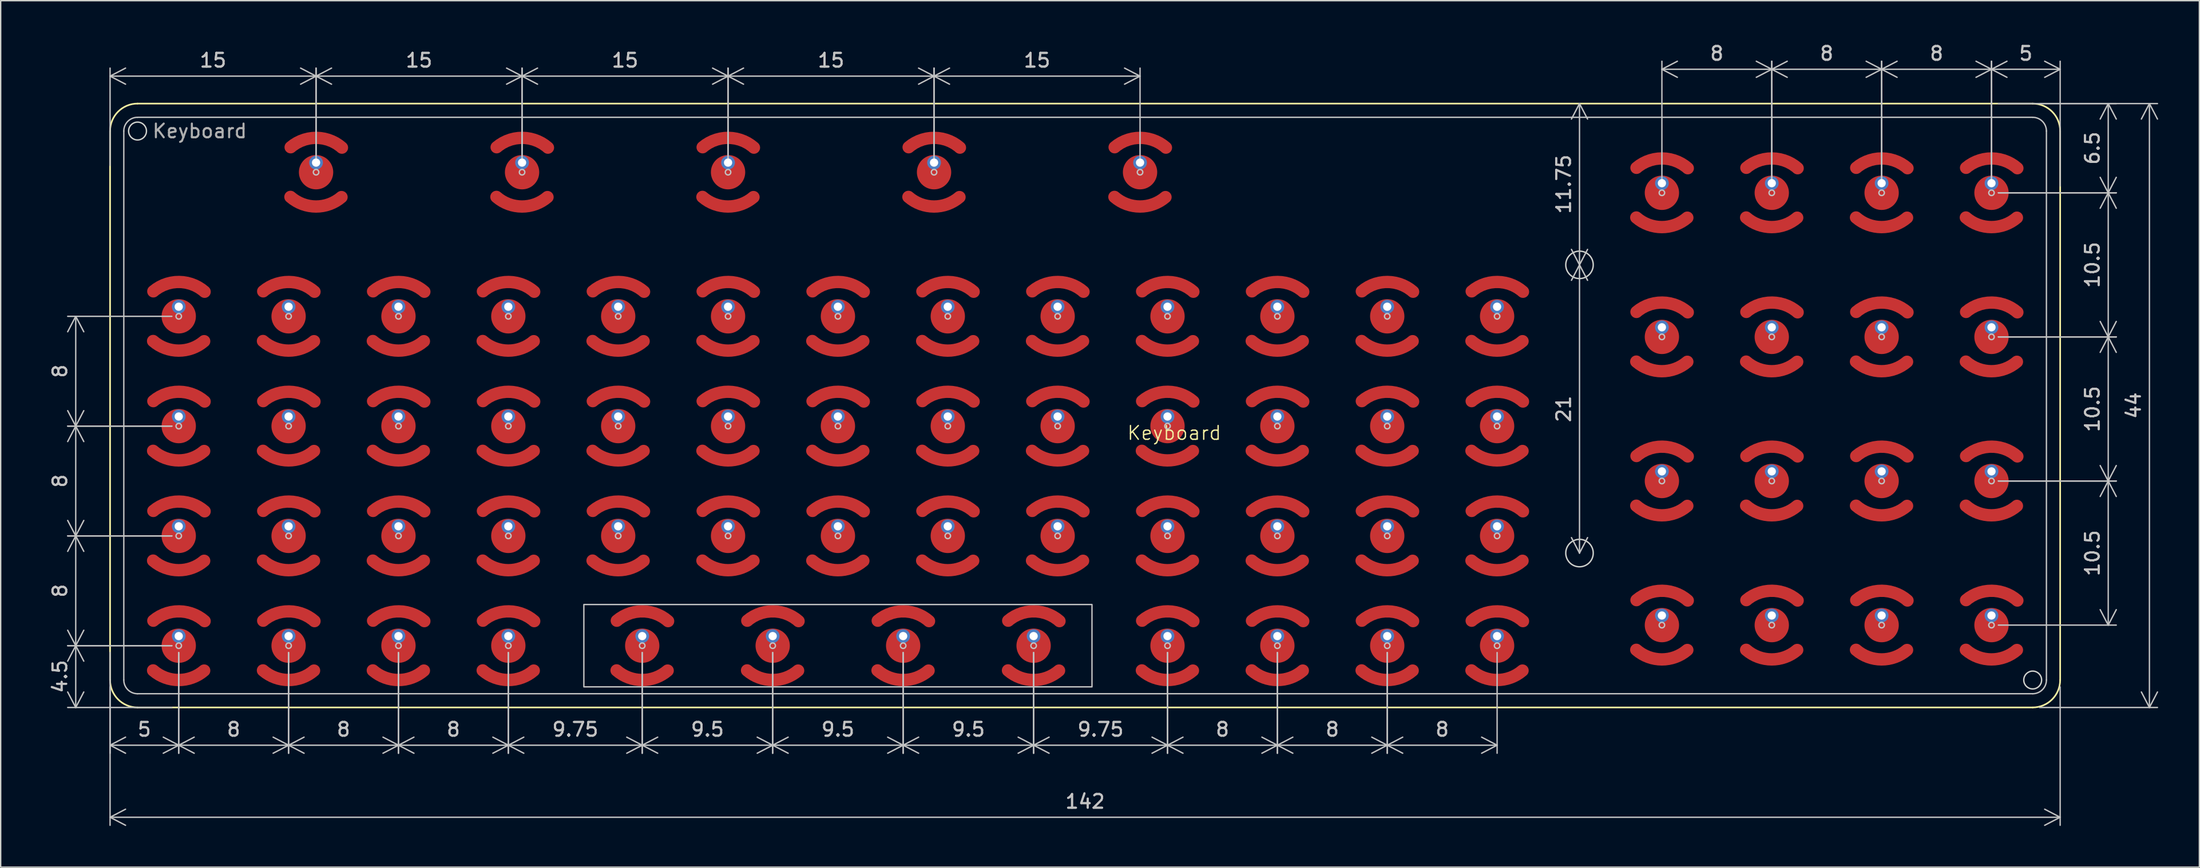
<source format=kicad_pcb>
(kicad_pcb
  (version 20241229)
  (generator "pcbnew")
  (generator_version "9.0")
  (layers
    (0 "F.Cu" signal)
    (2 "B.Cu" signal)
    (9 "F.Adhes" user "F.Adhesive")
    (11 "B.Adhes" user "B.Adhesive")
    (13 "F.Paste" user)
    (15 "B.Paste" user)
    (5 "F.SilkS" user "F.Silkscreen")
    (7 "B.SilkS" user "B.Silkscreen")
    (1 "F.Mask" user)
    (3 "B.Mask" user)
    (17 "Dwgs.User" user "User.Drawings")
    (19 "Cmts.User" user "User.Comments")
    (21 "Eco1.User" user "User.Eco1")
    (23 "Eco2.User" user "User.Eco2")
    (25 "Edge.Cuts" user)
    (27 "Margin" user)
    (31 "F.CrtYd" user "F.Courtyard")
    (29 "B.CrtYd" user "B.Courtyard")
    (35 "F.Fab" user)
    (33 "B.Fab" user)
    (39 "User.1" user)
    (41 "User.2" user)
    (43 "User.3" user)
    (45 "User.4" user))
  (footprint "Keyboard"
    (layer "F.Cu")
    (at 75.965 26.498)
    (property "Reference" "Keyboard" (at 3 2 0) (unlocked yes) (layer "F.SilkS") (effects (font (size 1 1) (thickness 0.1)) (justify left)))
    (attr smd)
    (fp_arc (start -64.150005 -4.686258) (mid -66.009623 -3.999989) (end -67.864543 -4.698858) (stroke (width 0.9) (type solid)) (layer "F.Cu"))
    (fp_arc (start -64.150005 3.313742) (mid -66.009623 4.000011) (end -67.864543 3.301142) (stroke (width 0.9) (type solid)) (layer "F.Cu"))
    (fp_arc (start -64.150005 11.313742) (mid -66.009623 12.000011) (end -67.864543 11.301142) (stroke (width 0.9) (type solid)) (layer "F.Cu"))
    (fp_arc (start -64.150005 19.313742) (mid -66.009623 20.000011) (end -67.864543 19.301142) (stroke (width 0.9) (type solid)) (layer "F.Cu"))
    (fp_arc (start -56.150005 -4.686258) (mid -58.009623 -3.999989) (end -59.864543 -4.698858) (stroke (width 0.9) (type solid)) (layer "F.Cu"))
    (fp_arc (start -56.150005 3.313742) (mid -58.009623 4.000011) (end -59.864543 3.301142) (stroke (width 0.9) (type solid)) (layer "F.Cu"))
    (fp_arc (start -56.150005 11.313742) (mid -58.009623 12.000011) (end -59.864543 11.301142) (stroke (width 0.9) (type solid)) (layer "F.Cu"))
    (fp_arc (start -56.150005 19.313742) (mid -58.009623 20.000011) (end -59.864543 19.301142) (stroke (width 0.9) (type solid)) (layer "F.Cu"))
    (fp_arc (start -54.150005 -15.186258) (mid -56.009623 -14.499989) (end -57.864543 -15.198858) (stroke (width 0.9) (type solid)) (layer "F.Cu"))
    (fp_arc (start -48.150005 -4.686258) (mid -50.009623 -3.999989) (end -51.864543 -4.698858) (stroke (width 0.9) (type solid)) (layer "F.Cu"))
    (fp_arc (start -48.150005 3.313742) (mid -50.009623 4.000011) (end -51.864543 3.301142) (stroke (width 0.9) (type solid)) (layer "F.Cu"))
    (fp_arc (start -48.150005 11.313742) (mid -50.009623 12.000011) (end -51.864543 11.301142) (stroke (width 0.9) (type solid)) (layer "F.Cu"))
    (fp_arc (start -48.150005 19.313742) (mid -50.009623 20.000011) (end -51.864543 19.301142) (stroke (width 0.9) (type solid)) (layer "F.Cu"))
    (fp_arc (start -40.150005 -4.686258) (mid -42.009623 -3.999989) (end -43.864543 -4.698858) (stroke (width 0.9) (type solid)) (layer "F.Cu"))
    (fp_arc (start -40.150005 3.313742) (mid -42.009623 4.000011) (end -43.864543 3.301142) (stroke (width 0.9) (type solid)) (layer "F.Cu"))
    (fp_arc (start -40.150005 11.313742) (mid -42.009623 12.000011) (end -43.864543 11.301142) (stroke (width 0.9) (type solid)) (layer "F.Cu"))
    (fp_arc (start -40.150005 19.313742) (mid -42.009623 20.000011) (end -43.864543 19.301142) (stroke (width 0.9) (type solid)) (layer "F.Cu"))
    (fp_arc (start -39.150005 -15.186258) (mid -41.009623 -14.499989) (end -42.864543 -15.198858) (stroke (width 0.9) (type solid)) (layer "F.Cu"))
    (fp_arc (start -32.150005 -4.686258) (mid -34.009623 -3.999989) (end -35.864543 -4.698858) (stroke (width 0.9) (type solid)) (layer "F.Cu"))
    (fp_arc (start -32.150005 3.313742) (mid -34.009623 4.000011) (end -35.864543 3.301142) (stroke (width 0.9) (type solid)) (layer "F.Cu"))
    (fp_arc (start -32.150005 11.313742) (mid -34.009623 12.000011) (end -35.864543 11.301142) (stroke (width 0.9) (type solid)) (layer "F.Cu"))
    (fp_arc (start -30.400005 19.313742) (mid -32.259623 20.000011) (end -34.114543 19.301142) (stroke (width 0.9) (type solid)) (layer "F.Cu"))
    (fp_arc (start -24.150005 -15.186258) (mid -26.009623 -14.499989) (end -27.864543 -15.198858) (stroke (width 0.9) (type solid)) (layer "F.Cu"))
    (fp_arc (start -24.150005 -4.686258) (mid -26.009623 -3.999989) (end -27.864543 -4.698858) (stroke (width 0.9) (type solid)) (layer "F.Cu"))
    (fp_arc (start -24.150005 3.313742) (mid -26.009623 4.000011) (end -27.864543 3.301142) (stroke (width 0.9) (type solid)) (layer "F.Cu"))
    (fp_arc (start -24.150005 11.313742) (mid -26.009623 12.000011) (end -27.864543 11.301142) (stroke (width 0.9) (type solid)) (layer "F.Cu"))
    (fp_arc (start -20.900005 19.313742) (mid -22.759623 20.000011) (end -24.614543 19.301142) (stroke (width 0.9) (type solid)) (layer "F.Cu"))
    (fp_arc (start -16.150005 -4.686258) (mid -18.009623 -3.999989) (end -19.864543 -4.698858) (stroke (width 0.9) (type solid)) (layer "F.Cu"))
    (fp_arc (start -16.150005 3.313742) (mid -18.009623 4.000011) (end -19.864543 3.301142) (stroke (width 0.9) (type solid)) (layer "F.Cu"))
    (fp_arc (start -16.150005 11.313742) (mid -18.009623 12.000011) (end -19.864543 11.301142) (stroke (width 0.9) (type solid)) (layer "F.Cu"))
    (fp_arc (start -11.400005 19.313742) (mid -13.259623 20.000011) (end -15.114543 19.301142) (stroke (width 0.9) (type solid)) (layer "F.Cu"))
    (fp_arc (start -9.150005 -15.186258) (mid -11.009623 -14.499989) (end -12.864543 -15.198858) (stroke (width 0.9) (type solid)) (layer "F.Cu"))
    (fp_arc (start -8.150005 -4.686258) (mid -10.009623 -3.999989) (end -11.864543 -4.698858) (stroke (width 0.9) (type solid)) (layer "F.Cu"))
    (fp_arc (start -8.150005 3.313742) (mid -10.009623 4.000011) (end -11.864543 3.301142) (stroke (width 0.9) (type solid)) (layer "F.Cu"))
    (fp_arc (start -8.150005 11.313742) (mid -10.009623 12.000011) (end -11.864543 11.301142) (stroke (width 0.9) (type solid)) (layer "F.Cu"))
    (fp_arc (start -1.900005 19.313742) (mid -3.759623 20.000011) (end -5.614543 19.301142) (stroke (width 0.9) (type solid)) (layer "F.Cu"))
    (fp_arc (start -0.150005 -4.686258) (mid -2.009623 -3.999989) (end -3.864543 -4.698858) (stroke (width 0.9) (type solid)) (layer "F.Cu"))
    (fp_arc (start -0.150005 3.313742) (mid -2.009623 4.000011) (end -3.864543 3.301142) (stroke (width 0.9) (type solid)) (layer "F.Cu"))
    (fp_arc (start -0.150005 11.313742) (mid -2.009623 12.000011) (end -3.864543 11.301142) (stroke (width 0.9) (type solid)) (layer "F.Cu"))
    (fp_arc (start 5.849995 -15.186258) (mid 3.990377 -14.499989) (end 2.135457 -15.198858) (stroke (width 0.9) (type solid)) (layer "F.Cu"))
    (fp_arc (start 7.849995 -4.686258) (mid 5.990377 -3.999989) (end 4.135457 -4.698858) (stroke (width 0.9) (type solid)) (layer "F.Cu"))
    (fp_arc (start 7.849995 3.313742) (mid 5.990377 4.000011) (end 4.135457 3.301142) (stroke (width 0.9) (type solid)) (layer "F.Cu"))
    (fp_arc (start 7.849995 11.313742) (mid 5.990377 12.000011) (end 4.135457 11.301142) (stroke (width 0.9) (type solid)) (layer "F.Cu"))
    (fp_arc (start 7.849995 19.313742) (mid 5.990377 20.000011) (end 4.135457 19.301142) (stroke (width 0.9) (type solid)) (layer "F.Cu"))
    (fp_arc (start 15.849995 -4.686258) (mid 13.990377 -3.999989) (end 12.135457 -4.698858) (stroke (width 0.9) (type solid)) (layer "F.Cu"))
    (fp_arc (start 15.849995 3.313742) (mid 13.990377 4.000011) (end 12.135457 3.301142) (stroke (width 0.9) (type solid)) (layer "F.Cu"))
    (fp_arc (start 15.849995 11.313742) (mid 13.990377 12.000011) (end 12.135457 11.301142) (stroke (width 0.9) (type solid)) (layer "F.Cu"))
    (fp_arc (start 15.849995 19.313742) (mid 13.990377 20.000011) (end 12.135457 19.301142) (stroke (width 0.9) (type solid)) (layer "F.Cu"))
    (fp_arc (start 23.849995 -4.686258) (mid 21.990377 -3.999989) (end 20.135457 -4.698858) (stroke (width 0.9) (type solid)) (layer "F.Cu"))
    (fp_arc (start 23.849995 3.313742) (mid 21.990377 4.000011) (end 20.135457 3.301142) (stroke (width 0.9) (type solid)) (layer "F.Cu"))
    (fp_arc (start 23.849995 11.313742) (mid 21.990377 12.000011) (end 20.135457 11.301142) (stroke (width 0.9) (type solid)) (layer "F.Cu"))
    (fp_arc (start 23.849995 19.313742) (mid 21.990377 20.000011) (end 20.135457 19.301142) (stroke (width 0.9) (type solid)) (layer "F.Cu"))
    (fp_arc (start 31.849995 -4.686258) (mid 29.990377 -3.999989) (end 28.135457 -4.698858) (stroke (width 0.9) (type solid)) (layer "F.Cu"))
    (fp_arc (start 31.849995 3.313742) (mid 29.990377 4.000011) (end 28.135457 3.301142) (stroke (width 0.9) (type solid)) (layer "F.Cu"))
    (fp_arc (start 31.849995 11.313742) (mid 29.990377 12.000011) (end 28.135457 11.301142) (stroke (width 0.9) (type solid)) (layer "F.Cu"))
    (fp_arc (start 31.849995 19.313742) (mid 29.990377 20.000011) (end 28.135457 19.301142) (stroke (width 0.9) (type solid)) (layer "F.Cu"))
    (fp_arc (start 43.849995 -13.686258) (mid 41.990377 -12.999989) (end 40.135457 -13.698858) (stroke (width 0.9) (type solid)) (layer "F.Cu"))
    (fp_arc (start 43.849995 -3.186258) (mid 41.990377 -2.499989) (end 40.135457 -3.198858) (stroke (width 0.9) (type solid)) (layer "F.Cu"))
    (fp_arc (start 43.849995 7.313742) (mid 41.990377 8.000011) (end 40.135457 7.301142) (stroke (width 0.9) (type solid)) (layer "F.Cu"))
    (fp_arc (start 43.849995 17.813742) (mid 41.990377 18.500011) (end 40.135457 17.801142) (stroke (width 0.9) (type solid)) (layer "F.Cu"))
    (fp_arc (start 51.849995 -13.686258) (mid 49.990377 -12.999989) (end 48.135457 -13.698858) (stroke (width 0.9) (type solid)) (layer "F.Cu"))
    (fp_arc (start 51.849995 -3.186258) (mid 49.990377 -2.499989) (end 48.135457 -3.198858) (stroke (width 0.9) (type solid)) (layer "F.Cu"))
    (fp_arc (start 51.849995 7.313742) (mid 49.990377 8.000011) (end 48.135457 7.301142) (stroke (width 0.9) (type solid)) (layer "F.Cu"))
    (fp_arc (start 51.849995 17.813742) (mid 49.990377 18.500011) (end 48.135457 17.801142) (stroke (width 0.9) (type solid)) (layer "F.Cu"))
    (fp_arc (start 59.849995 -13.686258) (mid 57.990377 -12.999989) (end 56.135457 -13.698858) (stroke (width 0.9) (type solid)) (layer "F.Cu"))
    (fp_arc (start 59.849995 -3.186258) (mid 57.990377 -2.499989) (end 56.135457 -3.198858) (stroke (width 0.9) (type solid)) (layer "F.Cu"))
    (fp_arc (start 59.849995 7.313742) (mid 57.990377 8.000011) (end 56.135457 7.301142) (stroke (width 0.9) (type solid)) (layer "F.Cu"))
    (fp_arc (start 59.849995 17.813742) (mid 57.990377 18.500011) (end 56.135457 17.801142) (stroke (width 0.9) (type solid)) (layer "F.Cu"))
    (fp_arc (start 67.849995 -13.686258) (mid 65.990377 -12.999989) (end 64.135457 -13.698858) (stroke (width 0.9) (type solid)) (layer "F.Cu"))
    (fp_arc (start 67.849995 -3.186258) (mid 65.990377 -2.499989) (end 64.135457 -3.198858) (stroke (width 0.9) (type solid)) (layer "F.Cu"))
    (fp_arc (start 67.849995 7.313742) (mid 65.990377 8.000011) (end 64.135457 7.301142) (stroke (width 0.9) (type solid)) (layer "F.Cu"))
    (fp_arc (start 67.849995 17.813742) (mid 65.990377 18.500011) (end 64.135457 17.801142) (stroke (width 0.9) (type solid)) (layer "F.Cu"))
    (fp_arc (start -64.150005 -4.686258) (mid -66.009623 -3.999989) (end -67.864543 -4.698858) (stroke (width 0.9) (type solid)) (layer "F.Mask"))
    (fp_arc (start -64.150005 3.313742) (mid -66.009623 4.000011) (end -67.864543 3.301142) (stroke (width 0.9) (type solid)) (layer "F.Mask"))
    (fp_arc (start -64.150005 11.313742) (mid -66.009623 12.000011) (end -67.864543 11.301142) (stroke (width 0.9) (type solid)) (layer "F.Mask"))
    (fp_arc (start -64.150005 19.313742) (mid -66.009623 20.000011) (end -67.864543 19.301142) (stroke (width 0.9) (type solid)) (layer "F.Mask"))
    (fp_arc (start -56.150005 -4.686258) (mid -58.009623 -3.999989) (end -59.864543 -4.698858) (stroke (width 0.9) (type solid)) (layer "F.Mask"))
    (fp_arc (start -56.150005 3.313742) (mid -58.009623 4.000011) (end -59.864543 3.301142) (stroke (width 0.9) (type solid)) (layer "F.Mask"))
    (fp_arc (start -56.150005 11.313742) (mid -58.009623 12.000011) (end -59.864543 11.301142) (stroke (width 0.9) (type solid)) (layer "F.Mask"))
    (fp_arc (start -56.150005 19.313742) (mid -58.009623 20.000011) (end -59.864543 19.301142) (stroke (width 0.9) (type solid)) (layer "F.Mask"))
    (fp_arc (start -54.150005 -15.186258) (mid -56.009623 -14.499989) (end -57.864543 -15.198858) (stroke (width 0.9) (type solid)) (layer "F.Mask"))
    (fp_arc (start -48.150005 -4.686258) (mid -50.009623 -3.999989) (end -51.864543 -4.698858) (stroke (width 0.9) (type solid)) (layer "F.Mask"))
    (fp_arc (start -48.150005 3.313742) (mid -50.009623 4.000011) (end -51.864543 3.301142) (stroke (width 0.9) (type solid)) (layer "F.Mask"))
    (fp_arc (start -48.150005 11.313742) (mid -50.009623 12.000011) (end -51.864543 11.301142) (stroke (width 0.9) (type solid)) (layer "F.Mask"))
    (fp_arc (start -48.150005 19.313742) (mid -50.009623 20.000011) (end -51.864543 19.301142) (stroke (width 0.9) (type solid)) (layer "F.Mask"))
    (fp_arc (start -40.150005 -4.686258) (mid -42.009623 -3.999989) (end -43.864543 -4.698858) (stroke (width 0.9) (type solid)) (layer "F.Mask"))
    (fp_arc (start -40.150005 3.313742) (mid -42.009623 4.000011) (end -43.864543 3.301142) (stroke (width 0.9) (type solid)) (layer "F.Mask"))
    (fp_arc (start -40.150005 11.313742) (mid -42.009623 12.000011) (end -43.864543 11.301142) (stroke (width 0.9) (type solid)) (layer "F.Mask"))
    (fp_arc (start -40.150005 19.313742) (mid -42.009623 20.000011) (end -43.864543 19.301142) (stroke (width 0.9) (type solid)) (layer "F.Mask"))
    (fp_arc (start -39.150005 -15.186258) (mid -41.009623 -14.499989) (end -42.864543 -15.198858) (stroke (width 0.9) (type solid)) (layer "F.Mask"))
    (fp_arc (start -32.150005 -4.686258) (mid -34.009623 -3.999989) (end -35.864543 -4.698858) (stroke (width 0.9) (type solid)) (layer "F.Mask"))
    (fp_arc (start -32.150005 3.313742) (mid -34.009623 4.000011) (end -35.864543 3.301142) (stroke (width 0.9) (type solid)) (layer "F.Mask"))
    (fp_arc (start -32.150005 11.313742) (mid -34.009623 12.000011) (end -35.864543 11.301142) (stroke (width 0.9) (type solid)) (layer "F.Mask"))
    (fp_arc (start -30.400005 19.313742) (mid -32.259623 20.000011) (end -34.114543 19.301142) (stroke (width 0.9) (type solid)) (layer "F.Mask"))
    (fp_arc (start -24.150005 -15.186258) (mid -26.009623 -14.499989) (end -27.864543 -15.198858) (stroke (width 0.9) (type solid)) (layer "F.Mask"))
    (fp_arc (start -24.150005 -4.686258) (mid -26.009623 -3.999989) (end -27.864543 -4.698858) (stroke (width 0.9) (type solid)) (layer "F.Mask"))
    (fp_arc (start -24.150005 3.313742) (mid -26.009623 4.000011) (end -27.864543 3.301142) (stroke (width 0.9) (type solid)) (layer "F.Mask"))
    (fp_arc (start -24.150005 11.313742) (mid -26.009623 12.000011) (end -27.864543 11.301142) (stroke (width 0.9) (type solid)) (layer "F.Mask"))
    (fp_arc (start -20.900005 19.313742) (mid -22.759623 20.000011) (end -24.614543 19.301142) (stroke (width 0.9) (type solid)) (layer "F.Mask"))
    (fp_arc (start -16.150005 -4.686258) (mid -18.009623 -3.999989) (end -19.864543 -4.698858) (stroke (width 0.9) (type solid)) (layer "F.Mask"))
    (fp_arc (start -16.150005 3.313742) (mid -18.009623 4.000011) (end -19.864543 3.301142) (stroke (width 0.9) (type solid)) (layer "F.Mask"))
    (fp_arc (start -16.150005 11.313742) (mid -18.009623 12.000011) (end -19.864543 11.301142) (stroke (width 0.9) (type solid)) (layer "F.Mask"))
    (fp_arc (start -11.400005 19.313742) (mid -13.259623 20.000011) (end -15.114543 19.301142) (stroke (width 0.9) (type solid)) (layer "F.Mask"))
    (fp_arc (start -9.150005 -15.186258) (mid -11.009623 -14.499989) (end -12.864543 -15.198858) (stroke (width 0.9) (type solid)) (layer "F.Mask"))
    (fp_arc (start -8.150005 -4.686258) (mid -10.009623 -3.999989) (end -11.864543 -4.698858) (stroke (width 0.9) (type solid)) (layer "F.Mask"))
    (fp_arc (start -8.150005 3.313742) (mid -10.009623 4.000011) (end -11.864543 3.301142) (stroke (width 0.9) (type solid)) (layer "F.Mask"))
    (fp_arc (start -8.150005 11.313742) (mid -10.009623 12.000011) (end -11.864543 11.301142) (stroke (width 0.9) (type solid)) (layer "F.Mask"))
    (fp_arc (start -1.900005 19.313742) (mid -3.759623 20.000011) (end -5.614543 19.301142) (stroke (width 0.9) (type solid)) (layer "F.Mask"))
    (fp_arc (start -0.150005 -4.686258) (mid -2.009623 -3.999989) (end -3.864543 -4.698858) (stroke (width 0.9) (type solid)) (layer "F.Mask"))
    (fp_arc (start -0.150005 3.313742) (mid -2.009623 4.000011) (end -3.864543 3.301142) (stroke (width 0.9) (type solid)) (layer "F.Mask"))
    (fp_arc (start -0.150005 11.313742) (mid -2.009623 12.000011) (end -3.864543 11.301142) (stroke (width 0.9) (type solid)) (layer "F.Mask"))
    (fp_arc (start 5.849995 -15.186258) (mid 3.990377 -14.499989) (end 2.135457 -15.198858) (stroke (width 0.9) (type solid)) (layer "F.Mask"))
    (fp_arc (start 7.849995 -4.686258) (mid 5.990377 -3.999989) (end 4.135457 -4.698858) (stroke (width 0.9) (type solid)) (layer "F.Mask"))
    (fp_arc (start 7.849995 3.313742) (mid 5.990377 4.000011) (end 4.135457 3.301142) (stroke (width 0.9) (type solid)) (layer "F.Mask"))
    (fp_arc (start 7.849995 11.313742) (mid 5.990377 12.000011) (end 4.135457 11.301142) (stroke (width 0.9) (type solid)) (layer "F.Mask"))
    (fp_arc (start 7.849995 19.313742) (mid 5.990377 20.000011) (end 4.135457 19.301142) (stroke (width 0.9) (type solid)) (layer "F.Mask"))
    (fp_arc (start 15.849995 -4.686258) (mid 13.990377 -3.999989) (end 12.135457 -4.698858) (stroke (width 0.9) (type solid)) (layer "F.Mask"))
    (fp_arc (start 15.849995 3.313742) (mid 13.990377 4.000011) (end 12.135457 3.301142) (stroke (width 0.9) (type solid)) (layer "F.Mask"))
    (fp_arc (start 15.849995 11.313742) (mid 13.990377 12.000011) (end 12.135457 11.301142) (stroke (width 0.9) (type solid)) (layer "F.Mask"))
    (fp_arc (start 15.849995 19.313742) (mid 13.990377 20.000011) (end 12.135457 19.301142) (stroke (width 0.9) (type solid)) (layer "F.Mask"))
    (fp_arc (start 23.849995 -4.686258) (mid 21.990377 -3.999989) (end 20.135457 -4.698858) (stroke (width 0.9) (type solid)) (layer "F.Mask"))
    (fp_arc (start 23.849995 3.313742) (mid 21.990377 4.000011) (end 20.135457 3.301142) (stroke (width 0.9) (type solid)) (layer "F.Mask"))
    (fp_arc (start 23.849995 11.313742) (mid 21.990377 12.000011) (end 20.135457 11.301142) (stroke (width 0.9) (type solid)) (layer "F.Mask"))
    (fp_arc (start 23.849995 19.313742) (mid 21.990377 20.000011) (end 20.135457 19.301142) (stroke (width 0.9) (type solid)) (layer "F.Mask"))
    (fp_arc (start 31.849995 -4.686258) (mid 29.990377 -3.999989) (end 28.135457 -4.698858) (stroke (width 0.9) (type solid)) (layer "F.Mask"))
    (fp_arc (start 31.849995 3.313742) (mid 29.990377 4.000011) (end 28.135457 3.301142) (stroke (width 0.9) (type solid)) (layer "F.Mask"))
    (fp_arc (start 31.849995 11.313742) (mid 29.990377 12.000011) (end 28.135457 11.301142) (stroke (width 0.9) (type solid)) (layer "F.Mask"))
    (fp_arc (start 31.849995 19.313742) (mid 29.990377 20.000011) (end 28.135457 19.301142) (stroke (width 0.9) (type solid)) (layer "F.Mask"))
    (fp_arc (start 43.849995 -13.686258) (mid 41.990377 -12.999989) (end 40.135457 -13.698858) (stroke (width 0.9) (type solid)) (layer "F.Mask"))
    (fp_arc (start 43.849995 -3.186258) (mid 41.990377 -2.499989) (end 40.135457 -3.198858) (stroke (width 0.9) (type solid)) (layer "F.Mask"))
    (fp_arc (start 43.849995 7.313742) (mid 41.990377 8.000011) (end 40.135457 7.301142) (stroke (width 0.9) (type solid)) (layer "F.Mask"))
    (fp_arc (start 43.849995 17.813742) (mid 41.990377 18.500011) (end 40.135457 17.801142) (stroke (width 0.9) (type solid)) (layer "F.Mask"))
    (fp_arc (start 51.849995 -13.686258) (mid 49.990377 -12.999989) (end 48.135457 -13.698858) (stroke (width 0.9) (type solid)) (layer "F.Mask"))
    (fp_arc (start 51.849995 -3.186258) (mid 49.990377 -2.499989) (end 48.135457 -3.198858) (stroke (width 0.9) (type solid)) (layer "F.Mask"))
    (fp_arc (start 51.849995 7.313742) (mid 49.990377 8.000011) (end 48.135457 7.301142) (stroke (width 0.9) (type solid)) (layer "F.Mask"))
    (fp_arc (start 51.849995 17.813742) (mid 49.990377 18.500011) (end 48.135457 17.801142) (stroke (width 0.9) (type solid)) (layer "F.Mask"))
    (fp_arc (start 59.849995 -13.686258) (mid 57.990377 -12.999989) (end 56.135457 -13.698858) (stroke (width 0.9) (type solid)) (layer "F.Mask"))
    (fp_arc (start 59.849995 -3.186258) (mid 57.990377 -2.499989) (end 56.135457 -3.198858) (stroke (width 0.9) (type solid)) (layer "F.Mask"))
    (fp_arc (start 59.849995 7.313742) (mid 57.990377 8.000011) (end 56.135457 7.301142) (stroke (width 0.9) (type solid)) (layer "F.Mask"))
    (fp_arc (start 59.849995 17.813742) (mid 57.990377 18.500011) (end 56.135457 17.801142) (stroke (width 0.9) (type solid)) (layer "F.Mask"))
    (fp_arc (start 67.849995 -13.686258) (mid 65.990377 -12.999989) (end 64.135457 -13.698858) (stroke (width 0.9) (type solid)) (layer "F.Mask"))
    (fp_arc (start 67.849995 -3.186258) (mid 65.990377 -2.499989) (end 64.135457 -3.198858) (stroke (width 0.9) (type solid)) (layer "F.Mask"))
    (fp_arc (start 67.849995 7.313742) (mid 65.990377 8.000011) (end 64.135457 7.301142) (stroke (width 0.9) (type solid)) (layer "F.Mask"))
    (fp_arc (start 67.849995 17.813742) (mid 65.990377 18.500011) (end 64.135457 17.801142) (stroke (width 0.9) (type solid)) (layer "F.Mask"))
    (fp_poly (pts (xy -66 -9.3) (xy -63.75 -8.3) (xy -63.75 -4.7) (xy -66 -3.7) (xy -68.25 -4.7) (xy -68.25 -8.3)) (stroke (width 0.05) (type solid)) (fill yes) (layer "F.Mask"))
    (fp_poly (pts (xy -66 -1.3) (xy -63.75 -0.3) (xy -63.75 3.3) (xy -66 4.3) (xy -68.25 3.3) (xy -68.25 -0.3)) (stroke (width 0.05) (type solid)) (fill yes) (layer "F.Mask"))
    (fp_poly (pts (xy -66 6.7) (xy -63.75 7.7) (xy -63.75 11.3) (xy -66 12.3) (xy -68.25 11.3) (xy -68.25 7.7)) (stroke (width 0.05) (type solid)) (fill yes) (layer "F.Mask"))
    (fp_poly (pts (xy -66 14.7) (xy -63.75 15.7) (xy -63.75 19.3) (xy -66 20.3) (xy -68.25 19.3) (xy -68.25 15.7)) (stroke (width 0.05) (type solid)) (fill yes) (layer "F.Mask"))
    (fp_poly (pts (xy -58 -9.3) (xy -55.75 -8.3) (xy -55.75 -4.7) (xy -58 -3.7) (xy -60.25 -4.7) (xy -60.25 -8.3)) (stroke (width 0.05) (type solid)) (fill yes) (layer "F.Mask"))
    (fp_poly (pts (xy -58 -1.3) (xy -55.75 -0.3) (xy -55.75 3.3) (xy -58 4.3) (xy -60.25 3.3) (xy -60.25 -0.3)) (stroke (width 0.05) (type solid)) (fill yes) (layer "F.Mask"))
    (fp_poly (pts (xy -58 6.7) (xy -55.75 7.7) (xy -55.75 11.3) (xy -58 12.3) (xy -60.25 11.3) (xy -60.25 7.7)) (stroke (width 0.05) (type solid)) (fill yes) (layer "F.Mask"))
    (fp_poly (pts (xy -58 14.7) (xy -55.75 15.7) (xy -55.75 19.3) (xy -58 20.3) (xy -60.25 19.3) (xy -60.25 15.7)) (stroke (width 0.05) (type solid)) (fill yes) (layer "F.Mask"))
    (fp_poly (pts (xy -56 -19.8) (xy -53.75 -18.8) (xy -53.75 -15.2) (xy -56 -14.2) (xy -58.25 -15.2) (xy -58.25 -18.8)) (stroke (width 0.05) (type solid)) (fill yes) (layer "F.Mask"))
    (fp_poly (pts (xy -50 -9.3) (xy -47.75 -8.3) (xy -47.75 -4.7) (xy -50 -3.7) (xy -52.25 -4.7) (xy -52.25 -8.3)) (stroke (width 0.05) (type solid)) (fill yes) (layer "F.Mask"))
    (fp_poly (pts (xy -50 -1.3) (xy -47.75 -0.3) (xy -47.75 3.3) (xy -50 4.3) (xy -52.25 3.3) (xy -52.25 -0.3)) (stroke (width 0.05) (type solid)) (fill yes) (layer "F.Mask"))
    (fp_poly (pts (xy -50 6.7) (xy -47.75 7.7) (xy -47.75 11.3) (xy -50 12.3) (xy -52.25 11.3) (xy -52.25 7.7)) (stroke (width 0.05) (type solid)) (fill yes) (layer "F.Mask"))
    (fp_poly (pts (xy -50 14.7) (xy -47.75 15.7) (xy -47.75 19.3) (xy -50 20.3) (xy -52.25 19.3) (xy -52.25 15.7)) (stroke (width 0.05) (type solid)) (fill yes) (layer "F.Mask"))
    (fp_poly (pts (xy -42 -9.3) (xy -39.75 -8.3) (xy -39.75 -4.7) (xy -42 -3.7) (xy -44.25 -4.7) (xy -44.25 -8.3)) (stroke (width 0.05) (type solid)) (fill yes) (layer "F.Mask"))
    (fp_poly (pts (xy -42 -1.3) (xy -39.75 -0.3) (xy -39.75 3.3) (xy -42 4.3) (xy -44.25 3.3) (xy -44.25 -0.3)) (stroke (width 0.05) (type solid)) (fill yes) (layer "F.Mask"))
    (fp_poly (pts (xy -42 6.7) (xy -39.75 7.7) (xy -39.75 11.3) (xy -42 12.3) (xy -44.25 11.3) (xy -44.25 7.7)) (stroke (width 0.05) (type solid)) (fill yes) (layer "F.Mask"))
    (fp_poly (pts (xy -42 14.7) (xy -39.75 15.7) (xy -39.75 19.3) (xy -42 20.3) (xy -44.25 19.3) (xy -44.25 15.7)) (stroke (width 0.05) (type solid)) (fill yes) (layer "F.Mask"))
    (fp_poly (pts (xy -41 -19.8) (xy -38.75 -18.8) (xy -38.75 -15.2) (xy -41 -14.2) (xy -43.25 -15.2) (xy -43.25 -18.8)) (stroke (width 0.05) (type solid)) (fill yes) (layer "F.Mask"))
    (fp_poly (pts (xy -34 -9.3) (xy -31.75 -8.3) (xy -31.75 -4.7) (xy -34 -3.7) (xy -36.25 -4.7) (xy -36.25 -8.3)) (stroke (width 0.05) (type solid)) (fill yes) (layer "F.Mask"))
    (fp_poly (pts (xy -34 -1.3) (xy -31.75 -0.3) (xy -31.75 3.3) (xy -34 4.3) (xy -36.25 3.3) (xy -36.25 -0.3)) (stroke (width 0.05) (type solid)) (fill yes) (layer "F.Mask"))
    (fp_poly (pts (xy -34 6.7) (xy -31.75 7.7) (xy -31.75 11.3) (xy -34 12.3) (xy -36.25 11.3) (xy -36.25 7.7)) (stroke (width 0.05) (type solid)) (fill yes) (layer "F.Mask"))
    (fp_poly (pts (xy -32.25 14.7) (xy -30 15.7) (xy -30 19.3) (xy -32.25 20.3) (xy -34.5 19.3) (xy -34.5 15.7)) (stroke (width 0.05) (type solid)) (fill yes) (layer "F.Mask"))
    (fp_poly (pts (xy -26 -19.8) (xy -23.75 -18.8) (xy -23.75 -15.2) (xy -26 -14.2) (xy -28.25 -15.2) (xy -28.25 -18.8)) (stroke (width 0.05) (type solid)) (fill yes) (layer "F.Mask"))
    (fp_poly (pts (xy -26 -9.3) (xy -23.75 -8.3) (xy -23.75 -4.7) (xy -26 -3.7) (xy -28.25 -4.7) (xy -28.25 -8.3)) (stroke (width 0.05) (type solid)) (fill yes) (layer "F.Mask"))
    (fp_poly (pts (xy -26 -1.3) (xy -23.75 -0.3) (xy -23.75 3.3) (xy -26 4.3) (xy -28.25 3.3) (xy -28.25 -0.3)) (stroke (width 0.05) (type solid)) (fill yes) (layer "F.Mask"))
    (fp_poly (pts (xy -26 6.7) (xy -23.75 7.7) (xy -23.75 11.3) (xy -26 12.3) (xy -28.25 11.3) (xy -28.25 7.7)) (stroke (width 0.05) (type solid)) (fill yes) (layer "F.Mask"))
    (fp_poly (pts (xy -22.75 14.7) (xy -20.5 15.7) (xy -20.5 19.3) (xy -22.75 20.3) (xy -25 19.3) (xy -25 15.7)) (stroke (width 0.05) (type solid)) (fill yes) (layer "F.Mask"))
    (fp_poly (pts (xy -18 -9.3) (xy -15.75 -8.3) (xy -15.75 -4.7) (xy -18 -3.7) (xy -20.25 -4.7) (xy -20.25 -8.3)) (stroke (width 0.05) (type solid)) (fill yes) (layer "F.Mask"))
    (fp_poly (pts (xy -18 -1.3) (xy -15.75 -0.3) (xy -15.75 3.3) (xy -18 4.3) (xy -20.25 3.3) (xy -20.25 -0.3)) (stroke (width 0.05) (type solid)) (fill yes) (layer "F.Mask"))
    (fp_poly (pts (xy -18 6.7) (xy -15.75 7.7) (xy -15.75 11.3) (xy -18 12.3) (xy -20.25 11.3) (xy -20.25 7.7)) (stroke (width 0.05) (type solid)) (fill yes) (layer "F.Mask"))
    (fp_poly (pts (xy -13.25 14.7) (xy -11 15.7) (xy -11 19.3) (xy -13.25 20.3) (xy -15.5 19.3) (xy -15.5 15.7)) (stroke (width 0.05) (type solid)) (fill yes) (layer "F.Mask"))
    (fp_poly (pts (xy -11 -19.8) (xy -8.75 -18.8) (xy -8.75 -15.2) (xy -11 -14.2) (xy -13.25 -15.2) (xy -13.25 -18.8)) (stroke (width 0.05) (type solid)) (fill yes) (layer "F.Mask"))
    (fp_poly (pts (xy -10 -9.3) (xy -7.75 -8.3) (xy -7.75 -4.7) (xy -10 -3.7) (xy -12.25 -4.7) (xy -12.25 -8.3)) (stroke (width 0.05) (type solid)) (fill yes) (layer "F.Mask"))
    (fp_poly (pts (xy -10 -1.3) (xy -7.75 -0.3) (xy -7.75 3.3) (xy -10 4.3) (xy -12.25 3.3) (xy -12.25 -0.3)) (stroke (width 0.05) (type solid)) (fill yes) (layer "F.Mask"))
    (fp_poly (pts (xy -10 6.7) (xy -7.75 7.7) (xy -7.75 11.3) (xy -10 12.3) (xy -12.25 11.3) (xy -12.25 7.7)) (stroke (width 0.05) (type solid)) (fill yes) (layer "F.Mask"))
    (fp_poly (pts (xy -3.75 14.7) (xy -1.5 15.7) (xy -1.5 19.3) (xy -3.75 20.3) (xy -6 19.3) (xy -6 15.7)) (stroke (width 0.05) (type solid)) (fill yes) (layer "F.Mask"))
    (fp_poly (pts (xy -2 -9.3) (xy 0.25 -8.3) (xy 0.25 -4.7) (xy -2 -3.7) (xy -4.25 -4.7) (xy -4.25 -8.3)) (stroke (width 0.05) (type solid)) (fill yes) (layer "F.Mask"))
    (fp_poly (pts (xy -2 -1.3) (xy 0.25 -0.3) (xy 0.25 3.3) (xy -2 4.3) (xy -4.25 3.3) (xy -4.25 -0.3)) (stroke (width 0.05) (type solid)) (fill yes) (layer "F.Mask"))
    (fp_poly (pts (xy -2 6.7) (xy 0.25 7.7) (xy 0.25 11.3) (xy -2 12.3) (xy -4.25 11.3) (xy -4.25 7.7)) (stroke (width 0.05) (type solid)) (fill yes) (layer "F.Mask"))
    (fp_poly (pts (xy 4 -19.8) (xy 6.25 -18.8) (xy 6.25 -15.2) (xy 4 -14.2) (xy 1.75 -15.2) (xy 1.75 -18.8)) (stroke (width 0.05) (type solid)) (fill yes) (layer "F.Mask"))
    (fp_poly (pts (xy 6 -9.3) (xy 8.25 -8.3) (xy 8.25 -4.7) (xy 6 -3.7) (xy 3.75 -4.7) (xy 3.75 -8.3)) (stroke (width 0.05) (type solid)) (fill yes) (layer "F.Mask"))
    (fp_poly (pts (xy 6 -1.3) (xy 8.25 -0.3) (xy 8.25 3.3) (xy 6 4.3) (xy 3.75 3.3) (xy 3.75 -0.3)) (stroke (width 0.05) (type solid)) (fill yes) (layer "F.Mask"))
    (fp_poly (pts (xy 6 6.7) (xy 8.25 7.7) (xy 8.25 11.3) (xy 6 12.3) (xy 3.75 11.3) (xy 3.75 7.7)) (stroke (width 0.05) (type solid)) (fill yes) (layer "F.Mask"))
    (fp_poly (pts (xy 6 14.7) (xy 8.25 15.7) (xy 8.25 19.3) (xy 6 20.3) (xy 3.75 19.3) (xy 3.75 15.7)) (stroke (width 0.05) (type solid)) (fill yes) (layer "F.Mask"))
    (fp_poly (pts (xy 14 -9.3) (xy 16.25 -8.3) (xy 16.25 -4.7) (xy 14 -3.7) (xy 11.75 -4.7) (xy 11.75 -8.3)) (stroke (width 0.05) (type solid)) (fill yes) (layer "F.Mask"))
    (fp_poly (pts (xy 14 -1.3) (xy 16.25 -0.3) (xy 16.25 3.3) (xy 14 4.3) (xy 11.75 3.3) (xy 11.75 -0.3)) (stroke (width 0.05) (type solid)) (fill yes) (layer "F.Mask"))
    (fp_poly (pts (xy 14 6.7) (xy 16.25 7.7) (xy 16.25 11.3) (xy 14 12.3) (xy 11.75 11.3) (xy 11.75 7.7)) (stroke (width 0.05) (type solid)) (fill yes) (layer "F.Mask"))
    (fp_poly (pts (xy 14 14.7) (xy 16.25 15.7) (xy 16.25 19.3) (xy 14 20.3) (xy 11.75 19.3) (xy 11.75 15.7)) (stroke (width 0.05) (type solid)) (fill yes) (layer "F.Mask"))
    (fp_poly (pts (xy 22 -9.3) (xy 24.25 -8.3) (xy 24.25 -4.7) (xy 22 -3.7) (xy 19.75 -4.7) (xy 19.75 -8.3)) (stroke (width 0.05) (type solid)) (fill yes) (layer "F.Mask"))
    (fp_poly (pts (xy 22 -1.3) (xy 24.25 -0.3) (xy 24.25 3.3) (xy 22 4.3) (xy 19.75 3.3) (xy 19.75 -0.3)) (stroke (width 0.05) (type solid)) (fill yes) (layer "F.Mask"))
    (fp_poly (pts (xy 22 6.7) (xy 24.25 7.7) (xy 24.25 11.3) (xy 22 12.3) (xy 19.75 11.3) (xy 19.75 7.7)) (stroke (width 0.05) (type solid)) (fill yes) (layer "F.Mask"))
    (fp_poly (pts (xy 22 14.7) (xy 24.25 15.7) (xy 24.25 19.3) (xy 22 20.3) (xy 19.75 19.3) (xy 19.75 15.7)) (stroke (width 0.05) (type solid)) (fill yes) (layer "F.Mask"))
    (fp_poly (pts (xy 30 -9.3) (xy 32.25 -8.3) (xy 32.25 -4.7) (xy 30 -3.7) (xy 27.75 -4.7) (xy 27.75 -8.3)) (stroke (width 0.05) (type solid)) (fill yes) (layer "F.Mask"))
    (fp_poly (pts (xy 30 -1.3) (xy 32.25 -0.3) (xy 32.25 3.3) (xy 30 4.3) (xy 27.75 3.3) (xy 27.75 -0.3)) (stroke (width 0.05) (type solid)) (fill yes) (layer "F.Mask"))
    (fp_poly (pts (xy 30 6.7) (xy 32.25 7.7) (xy 32.25 11.3) (xy 30 12.3) (xy 27.75 11.3) (xy 27.75 7.7)) (stroke (width 0.05) (type solid)) (fill yes) (layer "F.Mask"))
    (fp_poly (pts (xy 30 14.7) (xy 32.25 15.7) (xy 32.25 19.3) (xy 30 20.3) (xy 27.75 19.3) (xy 27.75 15.7)) (stroke (width 0.05) (type solid)) (fill yes) (layer "F.Mask"))
    (fp_poly (pts (xy 42 -18.3) (xy 44.25 -17.3) (xy 44.25 -13.7) (xy 42 -12.7) (xy 39.75 -13.7) (xy 39.75 -17.3)) (stroke (width 0.05) (type solid)) (fill yes) (layer "F.Mask"))
    (fp_poly (pts (xy 42 -7.8) (xy 44.25 -6.8) (xy 44.25 -3.2) (xy 42 -2.2) (xy 39.75 -3.2) (xy 39.75 -6.8)) (stroke (width 0.05) (type solid)) (fill yes) (layer "F.Mask"))
    (fp_poly (pts (xy 42 2.7) (xy 44.25 3.7) (xy 44.25 7.3) (xy 42 8.3) (xy 39.75 7.3) (xy 39.75 3.7)) (stroke (width 0.05) (type solid)) (fill yes) (layer "F.Mask"))
    (fp_poly (pts (xy 42 13.2) (xy 44.25 14.2) (xy 44.25 17.8) (xy 42 18.8) (xy 39.75 17.8) (xy 39.75 14.2)) (stroke (width 0.05) (type solid)) (fill yes) (layer "F.Mask"))
    (fp_poly (pts (xy 50 -18.3) (xy 52.25 -17.3) (xy 52.25 -13.7) (xy 50 -12.7) (xy 47.75 -13.7) (xy 47.75 -17.3)) (stroke (width 0.05) (type solid)) (fill yes) (layer "F.Mask"))
    (fp_poly (pts (xy 50 -7.8) (xy 52.25 -6.8) (xy 52.25 -3.2) (xy 50 -2.2) (xy 47.75 -3.2) (xy 47.75 -6.8)) (stroke (width 0.05) (type solid)) (fill yes) (layer "F.Mask"))
    (fp_poly (pts (xy 50 2.7) (xy 52.25 3.7) (xy 52.25 7.3) (xy 50 8.3) (xy 47.75 7.3) (xy 47.75 3.7)) (stroke (width 0.05) (type solid)) (fill yes) (layer "F.Mask"))
    (fp_poly (pts (xy 50 13.2) (xy 52.25 14.2) (xy 52.25 17.8) (xy 50 18.8) (xy 47.75 17.8) (xy 47.75 14.2)) (stroke (width 0.05) (type solid)) (fill yes) (layer "F.Mask"))
    (fp_poly (pts (xy 58 -18.3) (xy 60.25 -17.3) (xy 60.25 -13.7) (xy 58 -12.7) (xy 55.75 -13.7) (xy 55.75 -17.3)) (stroke (width 0.05) (type solid)) (fill yes) (layer "F.Mask"))
    (fp_poly (pts (xy 58 -7.8) (xy 60.25 -6.8) (xy 60.25 -3.2) (xy 58 -2.2) (xy 55.75 -3.2) (xy 55.75 -6.8)) (stroke (width 0.05) (type solid)) (fill yes) (layer "F.Mask"))
    (fp_poly (pts (xy 58 2.7) (xy 60.25 3.7) (xy 60.25 7.3) (xy 58 8.3) (xy 55.75 7.3) (xy 55.75 3.7)) (stroke (width 0.05) (type solid)) (fill yes) (layer "F.Mask"))
    (fp_poly (pts (xy 58 13.2) (xy 60.25 14.2) (xy 60.25 17.8) (xy 58 18.8) (xy 55.75 17.8) (xy 55.75 14.2)) (stroke (width 0.05) (type solid)) (fill yes) (layer "F.Mask"))
    (fp_poly (pts (xy 66 -18.3) (xy 68.25 -17.3) (xy 68.25 -13.7) (xy 66 -12.7) (xy 63.75 -13.7) (xy 63.75 -17.3)) (stroke (width 0.05) (type solid)) (fill yes) (layer "F.Mask"))
    (fp_poly (pts (xy 66 -7.8) (xy 68.25 -6.8) (xy 68.25 -3.2) (xy 66 -2.2) (xy 63.75 -3.2) (xy 63.75 -6.8)) (stroke (width 0.05) (type solid)) (fill yes) (layer "F.Mask"))
    (fp_poly (pts (xy 66 2.7) (xy 68.25 3.7) (xy 68.25 7.3) (xy 66 8.3) (xy 63.75 7.3) (xy 63.75 3.7)) (stroke (width 0.05) (type solid)) (fill yes) (layer "F.Mask"))
    (fp_poly (pts (xy 66 13.2) (xy 68.25 14.2) (xy 68.25 17.8) (xy 66 18.8) (xy 63.75 17.8) (xy 63.75 14.2)) (stroke (width 0.05) (type solid)) (fill yes) (layer "F.Mask"))
    (fp_line (start -71 -20) (end -71 20) (stroke (width 0.12) (type default)) (layer "F.SilkS"))
    (fp_line (start -69 22) (end 69 22) (stroke (width 0.12) (type solid)) (layer "F.SilkS"))
    (fp_line (start 69 -22) (end -69 -22) (stroke (width 0.12) (type default)) (layer "F.SilkS"))
    (fp_line (start 71 20) (end 71 -20) (stroke (width 0.12) (type solid)) (layer "F.SilkS"))
    (fp_arc (start -71 -20) (mid -70.414214 -21.414214) (end -69 -22) (stroke (width 0.12) (type solid)) (layer "F.SilkS"))
    (fp_arc (start -69 22) (mid -70.414214 21.414214) (end -71 20) (stroke (width 0.12) (type solid)) (layer "F.SilkS"))
    (fp_arc (start 69 -22) (mid 70.414214 -21.414214) (end 71 -20) (stroke (width 0.12) (type solid)) (layer "F.SilkS"))
    (fp_arc (start 71 20) (mid 70.414214 21.414214) (end 69 22) (stroke (width 0.12) (type solid)) (layer "F.SilkS"))
    (fp_line (start -70 -20) (end -70 20) (stroke (width 0.1) (type solid)) (layer "Dwgs.User"))
    (fp_line (start -69 21) (end 69 21) (stroke (width 0.1) (type solid)) (layer "Dwgs.User"))
    (fp_line (start 69 -21) (end -69 -21) (stroke (width 0.1) (type solid)) (layer "Dwgs.User"))
    (fp_line (start 70 20) (end 70 -20) (stroke (width 0.1) (type solid)) (layer "Dwgs.User"))
    (fp_rect (start -36.5 14.5) (end 0.5 20.5) (stroke (width 0.1) (type default)) (fill no) (layer "Dwgs.User"))
    (fp_arc (start -70 -20) (mid -69.707107 -20.707107) (end -69 -21) (stroke (width 0.1) (type solid)) (layer "Dwgs.User"))
    (fp_arc (start -69 21) (mid -69.707107 20.707107) (end -70 20) (stroke (width 0.1) (type solid)) (layer "Dwgs.User"))
    (fp_arc (start 69 -21) (mid 69.707107 -20.707107) (end 70 -20) (stroke (width 0.1) (type solid)) (layer "Dwgs.User"))
    (fp_arc (start 70 20) (mid 69.707107 20.707107) (end 69 21) (stroke (width 0.1) (type solid)) (layer "Dwgs.User"))
    (fp_circle (center -66 -6.5) (end -65.8 -6.5) (stroke (width 0.1) (type default)) (fill no) (layer "Dwgs.User"))
    (fp_circle (center -66 1.5) (end -65.8 1.5) (stroke (width 0.1) (type default)) (fill no) (layer "Dwgs.User"))
    (fp_circle (center -66 9.5) (end -65.8 9.5) (stroke (width 0.1) (type default)) (fill no) (layer "Dwgs.User"))
    (fp_circle (center -66 17.5) (end -65.8 17.5) (stroke (width 0.1) (type default)) (fill no) (layer "Dwgs.User"))
    (fp_circle (center -58 -6.5) (end -57.8 -6.5) (stroke (width 0.1) (type default)) (fill no) (layer "Dwgs.User"))
    (fp_circle (center -58 1.5) (end -57.8 1.5) (stroke (width 0.1) (type default)) (fill no) (layer "Dwgs.User"))
    (fp_circle (center -58 9.5) (end -57.8 9.5) (stroke (width 0.1) (type default)) (fill no) (layer "Dwgs.User"))
    (fp_circle (center -58 17.5) (end -57.8 17.5) (stroke (width 0.1) (type default)) (fill no) (layer "Dwgs.User"))
    (fp_circle (center -56 -17) (end -55.8 -17) (stroke (width 0.1) (type default)) (fill no) (layer "Dwgs.User"))
    (fp_circle (center -50 -6.5) (end -49.8 -6.5) (stroke (width 0.1) (type default)) (fill no) (layer "Dwgs.User"))
    (fp_circle (center -50 1.5) (end -49.8 1.5) (stroke (width 0.1) (type default)) (fill no) (layer "Dwgs.User"))
    (fp_circle (center -50 9.5) (end -49.8 9.5) (stroke (width 0.1) (type default)) (fill no) (layer "Dwgs.User"))
    (fp_circle (center -50 17.5) (end -49.8 17.5) (stroke (width 0.1) (type default)) (fill no) (layer "Dwgs.User"))
    (fp_circle (center -42 -6.5) (end -41.8 -6.5) (stroke (width 0.1) (type default)) (fill no) (layer "Dwgs.User"))
    (fp_circle (center -42 1.5) (end -41.8 1.5) (stroke (width 0.1) (type default)) (fill no) (layer "Dwgs.User"))
    (fp_circle (center -42 9.5) (end -41.8 9.5) (stroke (width 0.1) (type default)) (fill no) (layer "Dwgs.User"))
    (fp_circle (center -42 17.5) (end -41.8 17.5) (stroke (width 0.1) (type default)) (fill no) (layer "Dwgs.User"))
    (fp_circle (center -41 -17) (end -40.8 -17) (stroke (width 0.1) (type default)) (fill no) (layer "Dwgs.User"))
    (fp_circle (center -34 -6.5) (end -33.8 -6.5) (stroke (width 0.1) (type default)) (fill no) (layer "Dwgs.User"))
    (fp_circle (center -34 1.5) (end -33.8 1.5) (stroke (width 0.1) (type default)) (fill no) (layer "Dwgs.User"))
    (fp_circle (center -34 9.5) (end -33.8 9.5) (stroke (width 0.1) (type default)) (fill no) (layer "Dwgs.User"))
    (fp_circle (center -32.25 17.5) (end -32.05 17.5) (stroke (width 0.1) (type default)) (fill no) (layer "Dwgs.User"))
    (fp_circle (center -26 -17) (end -25.8 -17) (stroke (width 0.1) (type default)) (fill no) (layer "Dwgs.User"))
    (fp_circle (center -26 -6.5) (end -25.8 -6.5) (stroke (width 0.1) (type default)) (fill no) (layer "Dwgs.User"))
    (fp_circle (center -26 1.5) (end -25.8 1.5) (stroke (width 0.1) (type default)) (fill no) (layer "Dwgs.User"))
    (fp_circle (center -26 9.5) (end -25.8 9.5) (stroke (width 0.1) (type default)) (fill no) (layer "Dwgs.User"))
    (fp_circle (center -22.75 17.5) (end -22.55 17.5) (stroke (width 0.1) (type default)) (fill no) (layer "Dwgs.User"))
    (fp_circle (center -18 -6.5) (end -17.8 -6.5) (stroke (width 0.1) (type default)) (fill no) (layer "Dwgs.User"))
    (fp_circle (center -18 1.5) (end -17.8 1.5) (stroke (width 0.1) (type default)) (fill no) (layer "Dwgs.User"))
    (fp_circle (center -18 9.5) (end -17.8 9.5) (stroke (width 0.1) (type default)) (fill no) (layer "Dwgs.User"))
    (fp_circle (center -13.25 17.5) (end -13.05 17.5) (stroke (width 0.1) (type default)) (fill no) (layer "Dwgs.User"))
    (fp_circle (center -11 -17) (end -10.8 -17) (stroke (width 0.1) (type default)) (fill no) (layer "Dwgs.User"))
    (fp_circle (center -10 -6.5) (end -9.8 -6.5) (stroke (width 0.1) (type default)) (fill no) (layer "Dwgs.User"))
    (fp_circle (center -10 1.5) (end -9.8 1.5) (stroke (width 0.1) (type default)) (fill no) (layer "Dwgs.User"))
    (fp_circle (center -10 9.5) (end -9.8 9.5) (stroke (width 0.1) (type default)) (fill no) (layer "Dwgs.User"))
    (fp_circle (center -3.75 17.5) (end -3.55 17.5) (stroke (width 0.1) (type default)) (fill no) (layer "Dwgs.User"))
    (fp_circle (center -2 -6.5) (end -1.8 -6.5) (stroke (width 0.1) (type default)) (fill no) (layer "Dwgs.User"))
    (fp_circle (center -2 1.5) (end -1.8 1.5) (stroke (width 0.1) (type default)) (fill no) (layer "Dwgs.User"))
    (fp_circle (center -2 9.5) (end -1.8 9.5) (stroke (width 0.1) (type default)) (fill no) (layer "Dwgs.User"))
    (fp_circle (center 4 -17) (end 4.2 -17) (stroke (width 0.1) (type default)) (fill no) (layer "Dwgs.User"))
    (fp_circle (center 6 -6.5) (end 6.2 -6.5) (stroke (width 0.1) (type default)) (fill no) (layer "Dwgs.User"))
    (fp_circle (center 6 1.5) (end 6.2 1.5) (stroke (width 0.1) (type default)) (fill no) (layer "Dwgs.User"))
    (fp_circle (center 6 9.5) (end 6.2 9.5) (stroke (width 0.1) (type default)) (fill no) (layer "Dwgs.User"))
    (fp_circle (center 6 17.5) (end 6.2 17.5) (stroke (width 0.1) (type default)) (fill no) (layer "Dwgs.User"))
    (fp_circle (center 14 -6.5) (end 14.2 -6.5) (stroke (width 0.1) (type default)) (fill no) (layer "Dwgs.User"))
    (fp_circle (center 14 1.5) (end 14.2 1.5) (stroke (width 0.1) (type default)) (fill no) (layer "Dwgs.User"))
    (fp_circle (center 14 9.5) (end 14.2 9.5) (stroke (width 0.1) (type default)) (fill no) (layer "Dwgs.User"))
    (fp_circle (center 14 17.5) (end 14.2 17.5) (stroke (width 0.1) (type default)) (fill no) (layer "Dwgs.User"))
    (fp_circle (center 22 -6.5) (end 22.2 -6.5) (stroke (width 0.1) (type default)) (fill no) (layer "Dwgs.User"))
    (fp_circle (center 22 1.5) (end 22.2 1.5) (stroke (width 0.1) (type default)) (fill no) (layer "Dwgs.User"))
    (fp_circle (center 22 9.5) (end 22.2 9.5) (stroke (width 0.1) (type default)) (fill no) (layer "Dwgs.User"))
    (fp_circle (center 22 17.5) (end 22.2 17.5) (stroke (width 0.1) (type default)) (fill no) (layer "Dwgs.User"))
    (fp_circle (center 30 -6.5) (end 30.2 -6.5) (stroke (width 0.1) (type default)) (fill no) (layer "Dwgs.User"))
    (fp_circle (center 30 1.5) (end 30.2 1.5) (stroke (width 0.1) (type default)) (fill no) (layer "Dwgs.User"))
    (fp_circle (center 30 9.5) (end 30.2 9.5) (stroke (width 0.1) (type default)) (fill no) (layer "Dwgs.User"))
    (fp_circle (center 30 17.5) (end 30.2 17.5) (stroke (width 0.1) (type default)) (fill no) (layer "Dwgs.User"))
    (fp_circle (center 42 -15.5) (end 42.2 -15.5) (stroke (width 0.1) (type default)) (fill no) (layer "Dwgs.User"))
    (fp_circle (center 42 -5) (end 42.2 -5) (stroke (width 0.1) (type default)) (fill no) (layer "Dwgs.User"))
    (fp_circle (center 42 5.5) (end 42.2 5.5) (stroke (width 0.1) (type default)) (fill no) (layer "Dwgs.User"))
    (fp_circle (center 42 16) (end 42.2 16) (stroke (width 0.1) (type default)) (fill no) (layer "Dwgs.User"))
    (fp_circle (center 50 -15.5) (end 50.2 -15.5) (stroke (width 0.1) (type default)) (fill no) (layer "Dwgs.User"))
    (fp_circle (center 50 -5) (end 50.2 -5) (stroke (width 0.1) (type default)) (fill no) (layer "Dwgs.User"))
    (fp_circle (center 50 5.5) (end 50.2 5.5) (stroke (width 0.1) (type default)) (fill no) (layer "Dwgs.User"))
    (fp_circle (center 50 16) (end 50.2 16) (stroke (width 0.1) (type default)) (fill no) (layer "Dwgs.User"))
    (fp_circle (center 58 -15.5) (end 58.2 -15.5) (stroke (width 0.1) (type default)) (fill no) (layer "Dwgs.User"))
    (fp_circle (center 58 -5) (end 58.2 -5) (stroke (width 0.1) (type default)) (fill no) (layer "Dwgs.User"))
    (fp_circle (center 58 5.5) (end 58.2 5.5) (stroke (width 0.1) (type default)) (fill no) (layer "Dwgs.User"))
    (fp_circle (center 58 16) (end 58.2 16) (stroke (width 0.1) (type default)) (fill no) (layer "Dwgs.User"))
    (fp_circle (center 66 -15.5) (end 66.2 -15.5) (stroke (width 0.1) (type default)) (fill no) (layer "Dwgs.User"))
    (fp_circle (center 66 -5) (end 66.2 -5) (stroke (width 0.1) (type default)) (fill no) (layer "Dwgs.User"))
    (fp_circle (center 66 5.5) (end 66.2 5.5) (stroke (width 0.1) (type default)) (fill no) (layer "Dwgs.User"))
    (fp_circle (center 66 16) (end 66.2 16) (stroke (width 0.1) (type default)) (fill no) (layer "Dwgs.User"))
    (fp_circle (center -69 -20) (end -68.35 -20) (stroke (width 0.1) (type solid)) (fill no) (layer "Edge.Cuts"))
    (fp_circle (center 36 -10.25) (end 37 -10.25) (stroke (width 0.1) (type solid)) (fill no) (layer "Edge.Cuts"))
    (fp_circle (center 36 10.75) (end 37 10.75) (stroke (width 0.1) (type solid)) (fill no) (layer "Edge.Cuts"))
    (fp_circle (center 69 20) (end 69.65 20) (stroke (width 0.1) (type solid)) (fill no) (layer "Edge.Cuts"))
    (fp_text user "${REFERENCE}" (at -68 -20 0) (unlocked yes) (layer "F.Fab") (effects (font (size 1 1) (thickness 0.15)) (justify left)))
    (dimension (type orthogonal) (layer "Dwgs.User") (pts (xy 33.965 43.998) (xy 43.715 43.998)) (height 7.25) (orientation 0) (format (prefix "") (suffix "") (units 3) (units_format 0) (precision 4) (suppress_zeroes yes)) (style (thickness 0.1) (arrow_length 1.27) (text_position_mode 0) (arrow_direction outward) (extension_height 0.586) (extension_offset 0.5) (keep_text_aligned yes)) (gr_text "9.75" (at 38.84 50.098 0) (layer "Dwgs.User") (effects (font (size 1 1) (thickness 0.15)))))
    (dimension (type orthogonal) (layer "Dwgs.User") (pts (xy 111.965 37.248) (xy 111.965 16.248)) (height 0) (orientation 1) (format (prefix "") (suffix "") (units 3) (units_format 0) (precision 4) (suppress_zeroes yes)) (style (thickness 0.1) (arrow_length 1.27) (text_position_mode 0) (arrow_direction outward) (extension_height 0.586) (extension_offset 0.5) (keep_text_aligned yes)) (gr_text "21" (at 110.815 26.748 90) (layer "Dwgs.User") (effects (font (size 1 1) (thickness 0.15)))))
    (dimension (type orthogonal) (layer "Dwgs.User") (pts (xy 49.965 9.498) (xy 64.965 9.498)) (height -7) (orientation 0) (format (prefix "") (suffix "") (units 3) (units_format 0) (precision 4) (suppress_zeroes yes)) (style (thickness 0.1) (arrow_length 1.27) (text_position_mode 0) (arrow_direction outward) (extension_height 0.586) (extension_offset 0.5) (keep_text_aligned yes)) (gr_text "15" (at 57.465 1.348 0) (layer "Dwgs.User") (effects (font (size 1 1) (thickness 0.15)))))
    (dimension (type orthogonal) (layer "Dwgs.User") (pts (xy 9.965 43.998) (xy 9.965 48.498)) (height -7.5) (orientation 1) (format (prefix "") (suffix "") (units 3) (units_format 0) (precision 4) (suppress_zeroes yes)) (style (thickness 0.1) (arrow_length 1.27) (text_position_mode 0) (arrow_direction outward) (extension_height 0.586) (extension_offset 0.5) (keep_text_aligned yes)) (gr_text "4.5" (at 1.315 46.248 90) (layer "Dwgs.User") (effects (font (size 1 1) (thickness 0.15)))))
    (dimension (type orthogonal) (layer "Dwgs.User") (pts (xy 19.965 9.498) (xy 34.965 9.498)) (height -7) (orientation 0) (format (prefix "") (suffix "") (units 3) (units_format 0) (precision 4) (suppress_zeroes yes)) (style (thickness 0.1) (arrow_length 1.27) (text_position_mode 0) (arrow_direction outward) (extension_height 0.586) (extension_offset 0.5) (keep_text_aligned yes)) (gr_text "15" (at 27.465 1.348 0) (layer "Dwgs.User") (effects (font (size 1 1) (thickness 0.15)))))
    (dimension (type orthogonal) (layer "Dwgs.User") (pts (xy 4.965 46.498) (xy 146.965 46.498)) (height 10) (orientation 0) (format (prefix "") (suffix "") (units 3) (units_format 0) (precision 4) (suppress_zeroes yes)) (style (thickness 0.1) (arrow_length 1.27) (text_position_mode 0) (arrow_direction outward) (extension_height 0.586) (extension_offset 0.5) (keep_text_aligned yes)) (gr_text "142" (at 75.965 55.348 0) (layer "Dwgs.User") (effects (font (size 1 1) (thickness 0.15)))))
    (dimension (type orthogonal) (layer "Dwgs.User") (pts (xy 125.965 10.998) (xy 117.965 10.998)) (height -9) (orientation 0) (format (prefix "") (suffix "") (units 3) (units_format 0) (precision 4) (suppress_zeroes yes)) (style (thickness 0.1) (arrow_length 1.27) (text_position_mode 0) (arrow_direction outward) (extension_height 0.586) (extension_offset 0.5) (keep_text_aligned yes)) (gr_text "8" (at 121.965 0.848 0) (layer "Dwgs.User") (effects (font (size 1 1) (thickness 0.15)))))
    (dimension (type orthogonal) (layer "Dwgs.User") (pts (xy 17.965 43.998) (xy 25.965 43.998)) (height 7.25) (orientation 0) (format (prefix "") (suffix "") (units 3) (units_format 0) (precision 4) (suppress_zeroes yes)) (style (thickness 0.1) (arrow_length 1.27) (text_position_mode 0) (arrow_direction outward) (extension_height 0.586) (extension_offset 0.5) (keep_text_aligned yes)) (gr_text "8" (at 21.965 50.098 0) (layer "Dwgs.User") (effects (font (size 1 1) (thickness 0.15)))))
    (dimension (type orthogonal) (layer "Dwgs.User") (pts (xy 141.965 10.998) (xy 141.965 4.498)) (height 8.5) (orientation 1) (format (prefix "") (suffix "") (units 3) (units_format 0) (precision 4) (suppress_zeroes yes)) (style (thickness 0.1) (arrow_length 1.27) (text_position_mode 0) (arrow_direction outward) (extension_height 0.586) (extension_offset 0.5) (keep_text_aligned yes)) (gr_text "6.5" (at 149.315 7.748 90) (layer "Dwgs.User") (effects (font (size 1 1) (thickness 0.15)))))
    (dimension (type orthogonal) (layer "Dwgs.User") (pts (xy 81.965 43.998) (xy 89.965 43.998)) (height 7.25) (orientation 0) (format (prefix "") (suffix "") (units 3) (units_format 0) (precision 4) (suppress_zeroes yes)) (style (thickness 0.1) (arrow_length 1.27) (text_position_mode 0) (arrow_direction outward) (extension_height 0.586) (extension_offset 0.5) (keep_text_aligned yes)) (gr_text "8" (at 85.965 50.098 0) (layer "Dwgs.User") (effects (font (size 1 1) (thickness 0.15)))))
    (dimension (type orthogonal) (layer "Dwgs.User") (pts (xy 72.215 43.998) (xy 81.965 43.998)) (height 7.25) (orientation 0) (format (prefix "") (suffix "") (units 3) (units_format 0) (precision 4) (suppress_zeroes yes)) (style (thickness 0.1) (arrow_length 1.27) (text_position_mode 0) (arrow_direction outward) (extension_height 0.586) (extension_offset 0.5) (keep_text_aligned yes)) (gr_text "9.75" (at 77.09 50.098 0) (layer "Dwgs.User") (effects (font (size 1 1) (thickness 0.15)))))
    (dimension (type orthogonal) (layer "Dwgs.User") (pts (xy 9.965 43.998) (xy 4.965 43.998)) (height 7.25) (orientation 0) (format (prefix "") (suffix "") (units 3) (units_format 0) (precision 4) (suppress_zeroes yes)) (style (thickness 0.1) (arrow_length 1.27) (text_position_mode 0) (arrow_direction outward) (extension_height 0.586) (extension_offset 0.5) (keep_text_aligned yes)) (gr_text "5" (at 7.465 50.098 0) (layer "Dwgs.User") (effects (font (size 1 1) (thickness 0.15)))))
    (dimension (type orthogonal) (layer "Dwgs.User") (pts (xy 141.965 21.498) (xy 141.965 31.998)) (height 8.5) (orientation 1) (format (prefix "") (suffix "") (units 3) (units_format 0) (precision 4) (suppress_zeroes yes)) (style (thickness 0.1) (arrow_length 1.27) (text_position_mode 0) (arrow_direction outward) (extension_height 0.586) (extension_offset 0.5) (keep_text_aligned yes)) (gr_text "10.5" (at 149.315 26.748 90) (layer "Dwgs.User") (effects (font (size 1 1) (thickness 0.15)))))
    (dimension (type orthogonal) (layer "Dwgs.User") (pts (xy 141.965 31.998) (xy 141.965 42.498)) (height 8.5) (orientation 1) (format (prefix "") (suffix "") (units 3) (units_format 0) (precision 4) (suppress_zeroes yes)) (style (thickness 0.1) (arrow_length 1.27) (text_position_mode 0) (arrow_direction outward) (extension_height 0.586) (extension_offset 0.5) (keep_text_aligned yes)) (gr_text "10.5" (at 149.315 37.248 90) (layer "Dwgs.User") (effects (font (size 1 1) (thickness 0.15)))))
    (dimension (type orthogonal) (layer "Dwgs.User") (pts (xy 19.965 9.498) (xy 4.965 9.498)) (height -7) (orientation 0) (format (prefix "") (suffix "") (units 3) (units_format 0) (precision 4) (suppress_zeroes yes)) (style (thickness 0.1) (arrow_length 1.27) (text_position_mode 0) (arrow_direction outward) (extension_height 0.586) (extension_offset 0.5) (keep_text_aligned yes)) (gr_text "15" (at 12.465 1.348 0) (layer "Dwgs.User") (effects (font (size 1 1) (thickness 0.15)))))
    (dimension (type orthogonal) (layer "Dwgs.User") (pts (xy 144.965 48.498) (xy 144.965 4.498)) (height 8.5) (orientation 1) (format (prefix "") (suffix "") (units 3) (units_format 0) (precision 4) (suppress_zeroes yes)) (style (thickness 0.1) (arrow_length 1.27) (text_position_mode 0) (arrow_direction outward) (extension_height 0.586) (extension_offset 0.5) (keep_text_aligned yes)) (gr_text "44" (at 152.315 26.498 90) (layer "Dwgs.User") (effects (font (size 1 1) (thickness 0.15)))))
    (dimension (type orthogonal) (layer "Dwgs.User") (pts (xy 62.715 43.998) (xy 72.215 43.998)) (height 7.25) (orientation 0) (format (prefix "") (suffix "") (units 3) (units_format 0) (precision 4) (suppress_zeroes yes)) (style (thickness 0.1) (arrow_length 1.27) (text_position_mode 0) (arrow_direction outward) (extension_height 0.586) (extension_offset 0.5) (keep_text_aligned yes)) (gr_text "9.5" (at 67.465 50.098 0) (layer "Dwgs.User") (effects (font (size 1 1) (thickness 0.15)))))
    (dimension (type orthogonal) (layer "Dwgs.User") (pts (xy 141.965 10.998) (xy 146.965 10.998)) (height -9) (orientation 0) (format (prefix "") (suffix "") (units 3) (units_format 0) (precision 4) (suppress_zeroes yes)) (style (thickness 0.1) (arrow_length 1.27) (text_position_mode 0) (arrow_direction outward) (extension_height 0.586) (extension_offset 0.5) (keep_text_aligned yes)) (gr_text "5" (at 144.465 0.848 0) (layer "Dwgs.User") (effects (font (size 1 1) (thickness 0.15)))))
    (dimension (type orthogonal) (layer "Dwgs.User") (pts (xy 53.215 43.998) (xy 62.715 43.998)) (height 7.25) (orientation 0) (format (prefix "") (suffix "") (units 3) (units_format 0) (precision 4) (suppress_zeroes yes)) (style (thickness 0.1) (arrow_length 1.27) (text_position_mode 0) (arrow_direction outward) (extension_height 0.586) (extension_offset 0.5) (keep_text_aligned yes)) (gr_text "9.5" (at 57.965 50.098 0) (layer "Dwgs.User") (effects (font (size 1 1) (thickness 0.15)))))
    (dimension (type orthogonal) (layer "Dwgs.User") (pts (xy 141.965 10.998) (xy 133.965 10.998)) (height -9) (orientation 0) (format (prefix "") (suffix "") (units 3) (units_format 0) (precision 4) (suppress_zeroes yes)) (style (thickness 0.1) (arrow_length 1.27) (text_position_mode 0) (arrow_direction outward) (extension_height 0.586) (extension_offset 0.5) (keep_text_aligned yes)) (gr_text "8" (at 137.965 0.848 0) (layer "Dwgs.User") (effects (font (size 1 1) (thickness 0.15)))))
    (dimension (type orthogonal) (layer "Dwgs.User") (pts (xy 111.965 16.248) (xy 111.965 4.498)) (height 0) (orientation 1) (format (prefix "") (suffix "") (units 3) (units_format 0) (precision 4) (suppress_zeroes yes)) (style (thickness 0.1) (arrow_length 1.27) (text_position_mode 0) (arrow_direction outward) (extension_height 0.586) (extension_offset 0.5) (keep_text_aligned yes)) (gr_text "11.75" (at 110.815 10.373 90) (layer "Dwgs.User") (effects (font (size 1 1) (thickness 0.15)))))
    (dimension (type orthogonal) (layer "Dwgs.User") (pts (xy 89.965 43.998) (xy 97.965 43.998)) (height 7.25) (orientation 0) (format (prefix "") (suffix "") (units 3) (units_format 0) (precision 4) (suppress_zeroes yes)) (style (thickness 0.1) (arrow_length 1.27) (text_position_mode 0) (arrow_direction outward) (extension_height 0.586) (extension_offset 0.5) (keep_text_aligned yes)) (gr_text "8" (at 93.965 50.098 0) (layer "Dwgs.User") (effects (font (size 1 1) (thickness 0.15)))))
    (dimension (type orthogonal) (layer "Dwgs.User") (pts (xy 9.965 43.998) (xy 17.965 43.998)) (height 7.25) (orientation 0) (format (prefix "") (suffix "") (units 3) (units_format 0) (precision 4) (suppress_zeroes yes)) (style (thickness 0.1) (arrow_length 1.27) (text_position_mode 0) (arrow_direction outward) (extension_height 0.586) (extension_offset 0.5) (keep_text_aligned yes)) (gr_text "8" (at 13.965 50.098 0) (layer "Dwgs.User") (effects (font (size 1 1) (thickness 0.15)))))
    (dimension (type orthogonal) (layer "Dwgs.User") (pts (xy 64.965 9.498) (xy 79.965 9.498)) (height -7) (orientation 0) (format (prefix "") (suffix "") (units 3) (units_format 0) (precision 4) (suppress_zeroes yes)) (style (thickness 0.1) (arrow_length 1.27) (text_position_mode 0) (arrow_direction outward) (extension_height 0.586) (extension_offset 0.5) (keep_text_aligned yes)) (gr_text "15" (at 72.465 1.348 0) (layer "Dwgs.User") (effects (font (size 1 1) (thickness 0.15)))))
    (dimension (type orthogonal) (layer "Dwgs.User") (pts (xy 133.965 10.998) (xy 125.965 10.998)) (height -9) (orientation 0) (format (prefix "") (suffix "") (units 3) (units_format 0) (precision 4) (suppress_zeroes yes)) (style (thickness 0.1) (arrow_length 1.27) (text_position_mode 0) (arrow_direction outward) (extension_height 0.586) (extension_offset 0.5) (keep_text_aligned yes)) (gr_text "8" (at 129.965 0.848 0) (layer "Dwgs.User") (effects (font (size 1 1) (thickness 0.15)))))
    (dimension (type orthogonal) (layer "Dwgs.User") (pts (xy 141.965 10.998) (xy 141.965 21.498)) (height 8.5) (orientation 1) (format (prefix "") (suffix "") (units 3) (units_format 0) (precision 4) (suppress_zeroes yes)) (style (thickness 0.1) (arrow_length 1.27) (text_position_mode 0) (arrow_direction outward) (extension_height 0.586) (extension_offset 0.5) (keep_text_aligned yes)) (gr_text "10.5" (at 149.315 16.248 90) (layer "Dwgs.User") (effects (font (size 1 1) (thickness 0.15)))))
    (dimension (type orthogonal) (layer "Dwgs.User") (pts (xy 9.965 43.998) (xy 9.965 35.998)) (height -7.5) (orientation 1) (format (prefix "") (suffix "") (units 3) (units_format 0) (precision 4) (suppress_zeroes yes)) (style (thickness 0.1) (arrow_length 1.27) (text_position_mode 0) (arrow_direction outward) (extension_height 0.586) (extension_offset 0.5) (keep_text_aligned yes)) (gr_text "8" (at 1.315 39.998 90) (layer "Dwgs.User") (effects (font (size 1 1) (thickness 0.15)))))
    (dimension (type orthogonal) (layer "Dwgs.User") (pts (xy 43.715 43.998) (xy 53.215 43.998)) (height 7.25) (orientation 0) (format (prefix "") (suffix "") (units 3) (units_format 0) (precision 4) (suppress_zeroes yes)) (style (thickness 0.1) (arrow_length 1.27) (text_position_mode 0) (arrow_direction outward) (extension_height 0.586) (extension_offset 0.5) (keep_text_aligned yes)) (gr_text "9.5" (at 48.465 50.098 0) (layer "Dwgs.User") (effects (font (size 1 1) (thickness 0.15)))))
    (dimension (type orthogonal) (layer "Dwgs.User") (pts (xy 9.965 27.998) (xy 9.965 19.998)) (height -7.5) (orientation 1) (format (prefix "") (suffix "") (units 3) (units_format 0) (precision 4) (suppress_zeroes yes)) (style (thickness 0.1) (arrow_length 1.27) (text_position_mode 0) (arrow_direction outward) (extension_height 0.586) (extension_offset 0.5) (keep_text_aligned yes)) (gr_text "8" (at 1.315 23.998 90) (layer "Dwgs.User") (effects (font (size 1 1) (thickness 0.15)))))
    (dimension (type orthogonal) (layer "Dwgs.User") (pts (xy 34.965 9.498) (xy 49.965 9.498)) (height -7) (orientation 0) (format (prefix "") (suffix "") (units 3) (units_format 0) (precision 4) (suppress_zeroes yes)) (style (thickness 0.1) (arrow_length 1.27) (text_position_mode 0) (arrow_direction outward) (extension_height 0.586) (extension_offset 0.5) (keep_text_aligned yes)) (gr_text "15" (at 42.465 1.348 0) (layer "Dwgs.User") (effects (font (size 1 1) (thickness 0.15)))))
    (dimension (type orthogonal) (layer "Dwgs.User") (pts (xy 9.965 35.998) (xy 9.965 27.998)) (height -7.5) (orientation 1) (format (prefix "") (suffix "") (units 3) (units_format 0) (precision 4) (suppress_zeroes yes)) (style (thickness 0.1) (arrow_length 1.27) (text_position_mode 0) (arrow_direction outward) (extension_height 0.586) (extension_offset 0.5) (keep_text_aligned yes)) (gr_text "8" (at 1.315 31.998 90) (layer "Dwgs.User") (effects (font (size 1 1) (thickness 0.15)))))
    (dimension (type orthogonal) (layer "Dwgs.User") (pts (xy 25.965 43.998) (xy 33.965 43.998)) (height 7.25) (orientation 0) (format (prefix "") (suffix "") (units 3) (units_format 0) (precision 4) (suppress_zeroes yes)) (style (thickness 0.1) (arrow_length 1.27) (text_position_mode 0) (arrow_direction outward) (extension_height 0.586) (extension_offset 0.5) (keep_text_aligned yes)) (gr_text "8" (at 29.965 50.098 0) (layer "Dwgs.User") (effects (font (size 1 1) (thickness 0.15)))))
    (dimension (type orthogonal) (layer "Dwgs.User") (pts (xy 97.965 43.998) (xy 105.965 43.998)) (height 7.25) (orientation 0) (format (prefix "") (suffix "") (units 3) (units_format 0) (precision 4) (suppress_zeroes yes)) (style (thickness 0.1) (arrow_length 1.27) (text_position_mode 0) (arrow_direction outward) (extension_height 0.586) (extension_offset 0.5) (keep_text_aligned yes)) (gr_text "8" (at 101.965 50.098 0) (layer "Dwgs.User") (effects (font (size 1 1) (thickness 0.15)))))
    (pad "C0" thru_hole circle (at -66 -7.2 90) (size 1 1) (drill 0.6) (layers "*.Cu"))
    (pad "C0" smd circle (at -66 -6.5 90) (size 2.5 2.5) (layers "F.Cu" "F.Mask"))
    (pad "C0" thru_hole circle (at -66 0.8 90) (size 1 1) (drill 0.6) (layers "*.Cu"))
    (pad "C0" smd circle (at -66 1.5 90) (size 2.5 2.5) (layers "F.Cu" "F.Mask"))
    (pad "C0" thru_hole circle (at -66 8.8 90) (size 1 1) (drill 0.6) (layers "*.Cu"))
    (pad "C0" smd circle (at -66 9.5 90) (size 2.5 2.5) (layers "F.Cu" "F.Mask"))
    (pad "C0" thru_hole circle (at -66 16.8 90) (size 1 1) (drill 0.6) (layers "*.Cu"))
    (pad "C0" smd circle (at -66 17.5 90) (size 2.5 2.5) (layers "F.Cu" "F.Mask"))
    (pad "C1" thru_hole circle (at -58 -7.2 90) (size 1 1) (drill 0.6) (layers "*.Cu"))
    (pad "C1" smd circle (at -58 -6.5 90) (size 2.5 2.5) (layers "F.Cu" "F.Mask"))
    (pad "C1" thru_hole circle (at -58 0.8 90) (size 1 1) (drill 0.6) (layers "*.Cu"))
    (pad "C1" smd circle (at -58 1.5 90) (size 2.5 2.5) (layers "F.Cu" "F.Mask"))
    (pad "C1" thru_hole circle (at -58 8.8 90) (size 1 1) (drill 0.6) (layers "*.Cu"))
    (pad "C1" smd circle (at -58 9.5 90) (size 2.5 2.5) (layers "F.Cu" "F.Mask"))
    (pad "C1" thru_hole circle (at -58 16.8 90) (size 1 1) (drill 0.6) (layers "*.Cu"))
    (pad "C1" smd circle (at -58 17.5 90) (size 2.5 2.5) (layers "F.Cu" "F.Mask"))
    (pad "C1" thru_hole circle (at -56 -17.7 90) (size 1 1) (drill 0.6) (layers "*.Cu"))
    (pad "C1" smd circle (at -56 -17 90) (size 2.5 2.5) (layers "F.Cu" "F.Mask"))
    (pad "C2" thru_hole circle (at -50 -7.2 90) (size 1 1) (drill 0.6) (layers "*.Cu"))
    (pad "C2" smd circle (at -50 -6.5 90) (size 2.5 2.5) (layers "F.Cu" "F.Mask"))
    (pad "C2" thru_hole circle (at -50 0.8 90) (size 1 1) (drill 0.6) (layers "*.Cu"))
    (pad "C2" smd circle (at -50 1.5 90) (size 2.5 2.5) (layers "F.Cu" "F.Mask"))
    (pad "C2" thru_hole circle (at -50 8.8 90) (size 1 1) (drill 0.6) (layers "*.Cu"))
    (pad "C2" smd circle (at -50 9.5 90) (size 2.5 2.5) (layers "F.Cu" "F.Mask"))
    (pad "C2" thru_hole circle (at -50 16.8 90) (size 1 1) (drill 0.6) (layers "*.Cu"))
    (pad "C2" smd circle (at -50 17.5 90) (size 2.5 2.5) (layers "F.Cu" "F.Mask"))
    (pad "C2" thru_hole circle (at 66 -16.2 90) (size 1 1) (drill 0.6) (layers "*.Cu"))
    (pad "C2" smd circle (at 66 -15.5 90) (size 2.5 2.5) (layers "F.Cu" "F.Mask"))
    (pad "C2" thru_hole circle (at 66 -5.7 90) (size 1 1) (drill 0.6) (layers "*.Cu"))
    (pad "C2" smd circle (at 66 -5 90) (size 2.5 2.5) (layers "F.Cu" "F.Mask"))
    (pad "C2" thru_hole circle (at 66 4.8 90) (size 1 1) (drill 0.6) (layers "*.Cu"))
    (pad "C2" smd circle (at 66 5.5 90) (size 2.5 2.5) (layers "F.Cu" "F.Mask"))
    (pad "C2" thru_hole circle (at 66 15.3 90) (size 1 1) (drill 0.6) (layers "*.Cu"))
    (pad "C2" smd circle (at 66 16 90) (size 2.5 2.5) (layers "F.Cu" "F.Mask"))
    (pad "C3" thru_hole circle (at -42 -7.2 90) (size 1 1) (drill 0.6) (layers "*.Cu"))
    (pad "C3" smd circle (at -42 -6.5 90) (size 2.5 2.5) (layers "F.Cu" "F.Mask"))
    (pad "C3" thru_hole circle (at -42 0.8 90) (size 1 1) (drill 0.6) (layers "*.Cu"))
    (pad "C3" smd circle (at -42 1.5 90) (size 2.5 2.5) (layers "F.Cu" "F.Mask"))
    (pad "C3" thru_hole circle (at -42 8.8 90) (size 1 1) (drill 0.6) (layers "*.Cu"))
    (pad "C3" smd circle (at -42 9.5 90) (size 2.5 2.5) (layers "F.Cu" "F.Mask"))
    (pad "C3" thru_hole circle (at -42 16.8 90) (size 1 1) (drill 0.6) (layers "*.Cu"))
    (pad "C3" smd circle (at -42 17.5 90) (size 2.5 2.5) (layers "F.Cu" "F.Mask"))
    (pad "C3" thru_hole circle (at 58 -16.2 90) (size 1 1) (drill 0.6) (layers "*.Cu"))
    (pad "C3" smd circle (at 58 -15.5 90) (size 2.5 2.5) (layers "F.Cu" "F.Mask"))
    (pad "C3" thru_hole circle (at 58 -5.7 90) (size 1 1) (drill 0.6) (layers "*.Cu"))
    (pad "C3" smd circle (at 58 -5 90) (size 2.5 2.5) (layers "F.Cu" "F.Mask"))
    (pad "C3" thru_hole circle (at 58 4.8 90) (size 1 1) (drill 0.6) (layers "*.Cu"))
    (pad "C3" smd circle (at 58 5.5 90) (size 2.5 2.5) (layers "F.Cu" "F.Mask"))
    (pad "C3" thru_hole circle (at 58 15.3 90) (size 1 1) (drill 0.6) (layers "*.Cu"))
    (pad "C3" smd circle (at 58 16 90) (size 2.5 2.5) (layers "F.Cu" "F.Mask"))
    (pad "C4" thru_hole circle (at -34 -7.2 90) (size 1 1) (drill 0.6) (layers "*.Cu"))
    (pad "C4" smd circle (at -34 -6.5 90) (size 2.5 2.5) (layers "F.Cu" "F.Mask"))
    (pad "C4" thru_hole circle (at -34 0.8 90) (size 1 1) (drill 0.6) (layers "*.Cu"))
    (pad "C4" smd circle (at -34 1.5 90) (size 2.5 2.5) (layers "F.Cu" "F.Mask"))
    (pad "C4" thru_hole circle (at -34 8.8 90) (size 1 1) (drill 0.6) (layers "*.Cu"))
    (pad "C4" smd circle (at -34 9.5 90) (size 2.5 2.5) (layers "F.Cu" "F.Mask"))
    (pad "C4" thru_hole circle (at -32.25 16.8 90) (size 1 1) (drill 0.6) (layers "*.Cu"))
    (pad "C4" smd circle (at -32.25 17.5 90) (size 2.5 2.5) (layers "F.Cu" "F.Mask"))
    (pad "C4" thru_hole circle (at -22.75 16.8 90) (size 1 1) (drill 0.6) (layers "*.Cu"))
    (pad "C4" smd circle (at -22.75 17.5 90) (size 2.5 2.5) (layers "F.Cu" "F.Mask"))
    (pad "C4" thru_hole circle (at -13.25 16.8 90) (size 1 1) (drill 0.6) (layers "*.Cu"))
    (pad "C4" smd circle (at -13.25 17.5 90) (size 2.5 2.5) (layers "F.Cu" "F.Mask"))
    (pad "C4" thru_hole circle (at -3.75 16.8 90) (size 1 1) (drill 0.6) (layers "*.Cu"))
    (pad "C4" smd circle (at -3.75 17.5 90) (size 2.5 2.5) (layers "F.Cu" "F.Mask"))
    (pad "C4" thru_hole circle (at 50 -16.2 90) (size 1 1) (drill 0.6) (layers "*.Cu"))
    (pad "C4" smd circle (at 50 -15.5 90) (size 2.5 2.5) (layers "F.Cu" "F.Mask"))
    (pad "C4" thru_hole circle (at 50 -5.7 90) (size 1 1) (drill 0.6) (layers "*.Cu"))
    (pad "C4" smd circle (at 50 -5 90) (size 2.5 2.5) (layers "F.Cu" "F.Mask"))
    (pad "C4" thru_hole circle (at 50 4.8 90) (size 1 1) (drill 0.6) (layers "*.Cu"))
    (pad "C4" smd circle (at 50 5.5 90) (size 2.5 2.5) (layers "F.Cu" "F.Mask"))
    (pad "C4" thru_hole circle (at 50 15.3 90) (size 1 1) (drill 0.6) (layers "*.Cu"))
    (pad "C4" smd circle (at 50 16 90) (size 2.5 2.5) (layers "F.Cu" "F.Mask"))
    (pad "C5" thru_hole circle (at -26 -7.2 90) (size 1 1) (drill 0.6) (layers "*.Cu"))
    (pad "C5" smd circle (at -26 -6.5 90) (size 2.5 2.5) (layers "F.Cu" "F.Mask"))
    (pad "C5" thru_hole circle (at -26 0.8 90) (size 1 1) (drill 0.6) (layers "*.Cu"))
    (pad "C5" smd circle (at -26 1.5 90) (size 2.5 2.5) (layers "F.Cu" "F.Mask"))
    (pad "C5" thru_hole circle (at -26 8.8 90) (size 1 1) (drill 0.6) (layers "*.Cu"))
    (pad "C5" smd circle (at -26 9.5 90) (size 2.5 2.5) (layers "F.Cu" "F.Mask"))
    (pad "C5" thru_hole circle (at 42 -16.2 90) (size 1 1) (drill 0.6) (layers "*.Cu"))
    (pad "C5" smd circle (at 42 -15.5 90) (size 2.5 2.5) (layers "F.Cu" "F.Mask"))
    (pad "C5" thru_hole circle (at 42 -5.7 90) (size 1 1) (drill 0.6) (layers "*.Cu"))
    (pad "C5" smd circle (at 42 -5 90) (size 2.5 2.5) (layers "F.Cu" "F.Mask"))
    (pad "C5" thru_hole circle (at 42 4.8 90) (size 1 1) (drill 0.6) (layers "*.Cu"))
    (pad "C5" smd circle (at 42 5.5 90) (size 2.5 2.5) (layers "F.Cu" "F.Mask"))
    (pad "C5" thru_hole circle (at 42 15.3 90) (size 1 1) (drill 0.6) (layers "*.Cu"))
    (pad "C5" smd circle (at 42 16 90) (size 2.5 2.5) (layers "F.Cu" "F.Mask"))
    (pad "C6" thru_hole circle (at -41 -17.7 90) (size 1 1) (drill 0.6) (layers "*.Cu"))
    (pad "C6" smd circle (at -41 -17 90) (size 2.5 2.5) (layers "F.Cu" "F.Mask"))
    (pad "C6" thru_hole circle (at -18 -7.2 90) (size 1 1) (drill 0.6) (layers "*.Cu"))
    (pad "C6" smd circle (at -18 -6.5 90) (size 2.5 2.5) (layers "F.Cu" "F.Mask"))
    (pad "C6" thru_hole circle (at -18 0.8 90) (size 1 1) (drill 0.6) (layers "*.Cu"))
    (pad "C6" smd circle (at -18 1.5 90) (size 2.5 2.5) (layers "F.Cu" "F.Mask"))
    (pad "C6" thru_hole circle (at -18 8.8 90) (size 1 1) (drill 0.6) (layers "*.Cu"))
    (pad "C6" smd circle (at -18 9.5 90) (size 2.5 2.5) (layers "F.Cu" "F.Mask"))
    (pad "C6" thru_hole circle (at 30 -7.2 90) (size 1 1) (drill 0.6) (layers "*.Cu"))
    (pad "C6" smd circle (at 30 -6.5 90) (size 2.5 2.5) (layers "F.Cu" "F.Mask"))
    (pad "C6" thru_hole circle (at 30 0.8 90) (size 1 1) (drill 0.6) (layers "*.Cu"))
    (pad "C6" smd circle (at 30 1.5 90) (size 2.5 2.5) (layers "F.Cu" "F.Mask"))
    (pad "C6" thru_hole circle (at 30 8.8 90) (size 1 1) (drill 0.6) (layers "*.Cu"))
    (pad "C6" smd circle (at 30 9.5 90) (size 2.5 2.5) (layers "F.Cu" "F.Mask"))
    (pad "C6" thru_hole circle (at 30 16.8 90) (size 1 1) (drill 0.6) (layers "*.Cu"))
    (pad "C6" smd circle (at 30 17.5 90) (size 2.5 2.5) (layers "F.Cu" "F.Mask"))
    (pad "C7" thru_hole circle (at -26 -17.7 90) (size 1 1) (drill 0.6) (layers "*.Cu"))
    (pad "C7" smd circle (at -26 -17 90) (size 2.5 2.5) (layers "F.Cu" "F.Mask"))
    (pad "C7" thru_hole circle (at -10 -7.2 90) (size 1 1) (drill 0.6) (layers "*.Cu"))
    (pad "C7" smd circle (at -10 -6.5 90) (size 2.5 2.5) (layers "F.Cu" "F.Mask"))
    (pad "C7" thru_hole circle (at -10 0.8 90) (size 1 1) (drill 0.6) (layers "*.Cu"))
    (pad "C7" smd circle (at -10 1.5 90) (size 2.5 2.5) (layers "F.Cu" "F.Mask"))
    (pad "C7" thru_hole circle (at -10 8.8 90) (size 1 1) (drill 0.6) (layers "*.Cu"))
    (pad "C7" smd circle (at -10 9.5 90) (size 2.5 2.5) (layers "F.Cu" "F.Mask"))
    (pad "C7" thru_hole circle (at 22 -7.2 90) (size 1 1) (drill 0.6) (layers "*.Cu"))
    (pad "C7" smd circle (at 22 -6.5 90) (size 2.5 2.5) (layers "F.Cu" "F.Mask"))
    (pad "C7" thru_hole circle (at 22 0.8 90) (size 1 1) (drill 0.6) (layers "*.Cu"))
    (pad "C7" smd circle (at 22 1.5 90) (size 2.5 2.5) (layers "F.Cu" "F.Mask"))
    (pad "C7" thru_hole circle (at 22 8.8 90) (size 1 1) (drill 0.6) (layers "*.Cu"))
    (pad "C7" smd circle (at 22 9.5 90) (size 2.5 2.5) (layers "F.Cu" "F.Mask"))
    (pad "C7" thru_hole circle (at 22 16.8 90) (size 1 1) (drill 0.6) (layers "*.Cu"))
    (pad "C7" smd circle (at 22 17.5 90) (size 2.5 2.5) (layers "F.Cu" "F.Mask"))
    (pad "C8" thru_hole circle (at -11 -17.7 90) (size 1 1) (drill 0.6) (layers "*.Cu"))
    (pad "C8" smd circle (at -11 -17 90) (size 2.5 2.5) (layers "F.Cu" "F.Mask"))
    (pad "C8" thru_hole circle (at -2 -7.2 90) (size 1 1) (drill 0.6) (layers "*.Cu"))
    (pad "C8" smd circle (at -2 -6.5 90) (size 2.5 2.5) (layers "F.Cu" "F.Mask"))
    (pad "C8" thru_hole circle (at -2 0.8 90) (size 1 1) (drill 0.6) (layers "*.Cu"))
    (pad "C8" smd circle (at -2 1.5 90) (size 2.5 2.5) (layers "F.Cu" "F.Mask"))
    (pad "C8" thru_hole circle (at -2 8.8 90) (size 1 1) (drill 0.6) (layers "*.Cu"))
    (pad "C8" smd circle (at -2 9.5 90) (size 2.5 2.5) (layers "F.Cu" "F.Mask"))
    (pad "C8" thru_hole circle (at 14 -7.2 90) (size 1 1) (drill 0.6) (layers "*.Cu"))
    (pad "C8" smd circle (at 14 -6.5 90) (size 2.5 2.5) (layers "F.Cu" "F.Mask"))
    (pad "C8" thru_hole circle (at 14 0.8 90) (size 1 1) (drill 0.6) (layers "*.Cu"))
    (pad "C8" smd circle (at 14 1.5 90) (size 2.5 2.5) (layers "F.Cu" "F.Mask"))
    (pad "C8" thru_hole circle (at 14 8.8 90) (size 1 1) (drill 0.6) (layers "*.Cu"))
    (pad "C8" smd circle (at 14 9.5 90) (size 2.5 2.5) (layers "F.Cu" "F.Mask"))
    (pad "C8" thru_hole circle (at 14 16.8 90) (size 1 1) (drill 0.6) (layers "*.Cu"))
    (pad "C8" smd circle (at 14 17.5 90) (size 2.5 2.5) (layers "F.Cu" "F.Mask"))
    (pad "C9" thru_hole circle (at 4 -17.7 90) (size 1 1) (drill 0.6) (layers "*.Cu"))
    (pad "C9" smd circle (at 4 -17 90) (size 2.5 2.5) (layers "F.Cu" "F.Mask"))
    (pad "C9" thru_hole circle (at 6 -7.2 90) (size 1 1) (drill 0.6) (layers "*.Cu"))
    (pad "C9" smd circle (at 6 -6.5 90) (size 2.5 2.5) (layers "F.Cu" "F.Mask"))
    (pad "C9" thru_hole circle (at 6 0.8 90) (size 1 1) (drill 0.6) (layers "*.Cu"))
    (pad "C9" smd circle (at 6 1.5 90) (size 2.5 2.5) (layers "F.Cu" "F.Mask"))
    (pad "C9" thru_hole circle (at 6 8.8 90) (size 1 1) (drill 0.6) (layers "*.Cu"))
    (pad "C9" smd circle (at 6 9.5 90) (size 2.5 2.5) (layers "F.Cu" "F.Mask"))
    (pad "C9" thru_hole circle (at 6 16.8 90) (size 1 1) (drill 0.6) (layers "*.Cu"))
    (pad "C9" smd circle (at 6 17.5 90) (size 2.5 2.5) (layers "F.Cu" "F.Mask"))
    (pad "R0" smd custom (at -56 -19.5 90) (size 0.9 0.9) (layers "F.Cu" "F.Mask") (options (anchor circle)) (primitives (gr_arc (start -0.68 -1.85) (mid 0.001473 0.022459) (end -0.709409 1.883951) (width 0.9))))
    (pad "R0" smd custom (at -41 -19.5 90) (size 0.9 0.9) (layers "F.Cu" "F.Mask") (options (anchor circle)) (primitives (gr_arc (start -0.68 -1.85) (mid 0.001473 0.022459) (end -0.709409 1.883951) (width 0.9))))
    (pad "R0" smd custom (at -26 -19.5 90) (size 0.9 0.9) (layers "F.Cu" "F.Mask") (options (anchor circle)) (primitives (gr_arc (start -0.68 -1.85) (mid 0.001473 0.022459) (end -0.709409 1.883951) (width 0.9))))
    (pad "R0" smd custom (at -11 -19.5 90) (size 0.9 0.9) (layers "F.Cu" "F.Mask") (options (anchor circle)) (primitives (gr_arc (start -0.68 -1.85) (mid 0.001473 0.022459) (end -0.709409 1.883951) (width 0.9))))
    (pad "R0" smd custom (at 4 -19.5 90) (size 0.9 0.9) (layers "F.Cu" "F.Mask") (options (anchor circle)) (primitives (gr_arc (start -0.68 -1.85) (mid 0.001473 0.022459) (end -0.709409 1.883951) (width 0.9))))
    (pad "R0" smd custom (at 42 -18 90) (size 0.9 0.9) (layers "F.Cu" "F.Mask") (options (anchor circle)) (primitives (gr_arc (start -0.68 -1.85) (mid 0.001473 0.022459) (end -0.709409 1.883951) (width 0.9))))
    (pad "R0" smd custom (at 50 -18 90) (size 0.9 0.9) (layers "F.Cu" "F.Mask") (options (anchor circle)) (primitives (gr_arc (start -0.68 -1.85) (mid 0.001473 0.022459) (end -0.709409 1.883951) (width 0.9))))
    (pad "R0" smd custom (at 58 -18 90) (size 0.9 0.9) (layers "F.Cu" "F.Mask") (options (anchor circle)) (primitives (gr_arc (start -0.68 -1.85) (mid 0.001473 0.022459) (end -0.709409 1.883951) (width 0.9))))
    (pad "R0" smd custom (at 66 -18 90) (size 0.9 0.9) (layers "F.Cu" "F.Mask") (options (anchor circle)) (primitives (gr_arc (start -0.68 -1.85) (mid 0.001473 0.022459) (end -0.709409 1.883951) (width 0.9))))
    (pad "R1" smd custom (at -66 -9 90) (size 0.9 0.9) (layers "F.Cu" "F.Mask") (options (anchor circle)) (primitives (gr_arc (start -0.68 -1.85) (mid 0.001473 0.022459) (end -0.709409 1.883951) (width 0.9))))
    (pad "R1" smd custom (at -58 -9 90) (size 0.9 0.9) (layers "F.Cu" "F.Mask") (options (anchor circle)) (primitives (gr_arc (start -0.68 -1.85) (mid 0.001473 0.022459) (end -0.709409 1.883951) (width 0.9))))
    (pad "R1" smd custom (at -50 -9 90) (size 0.9 0.9) (layers "F.Cu" "F.Mask") (options (anchor circle)) (primitives (gr_arc (start -0.68 -1.85) (mid 0.001473 0.022459) (end -0.709409 1.883951) (width 0.9))))
    (pad "R1" smd custom (at -42 -9 90) (size 0.9 0.9) (layers "F.Cu" "F.Mask") (options (anchor circle)) (primitives (gr_arc (start -0.68 -1.85) (mid 0.001473 0.022459) (end -0.709409 1.883951) (width 0.9))))
    (pad "R1" smd custom (at -34 -9 90) (size 0.9 0.9) (layers "F.Cu" "F.Mask") (options (anchor circle)) (primitives (gr_arc (start -0.68 -1.85) (mid 0.001473 0.022459) (end -0.709409 1.883951) (width 0.9))))
    (pad "R1" smd custom (at -26 -9 90) (size 0.9 0.9) (layers "F.Cu" "F.Mask") (options (anchor circle)) (primitives (gr_arc (start -0.68 -1.85) (mid 0.001473 0.022459) (end -0.709409 1.883951) (width 0.9))))
    (pad "R1" smd custom (at -18 -9 90) (size 0.9 0.9) (layers "F.Cu" "F.Mask") (options (anchor circle)) (primitives (gr_arc (start -0.68 -1.85) (mid 0.001473 0.022459) (end -0.709409 1.883951) (width 0.9))))
    (pad "R1" smd custom (at -10 -9 90) (size 0.9 0.9) (layers "F.Cu" "F.Mask") (options (anchor circle)) (primitives (gr_arc (start -0.68 -1.85) (mid 0.001473 0.022459) (end -0.709409 1.883951) (width 0.9))))
    (pad "R1" smd custom (at -2 -9 90) (size 0.9 0.9) (layers "F.Cu" "F.Mask") (options (anchor circle)) (primitives (gr_arc (start -0.68 -1.85) (mid 0.001473 0.022459) (end -0.709409 1.883951) (width 0.9))))
    (pad "R1" smd custom (at 6 -9 90) (size 0.9 0.9) (layers "F.Cu" "F.Mask") (options (anchor circle)) (primitives (gr_arc (start -0.68 -1.85) (mid 0.001473 0.022459) (end -0.709409 1.883951) (width 0.9))))
    (pad "R2" smd custom (at -66 -1 90) (size 0.9 0.9) (layers "F.Cu" "F.Mask") (options (anchor circle)) (primitives (gr_arc (start -0.68 -1.85) (mid 0.001473 0.022459) (end -0.709409 1.883951) (width 0.9))))
    (pad "R2" smd custom (at -58 -1 90) (size 0.9 0.9) (layers "F.Cu" "F.Mask") (options (anchor circle)) (primitives (gr_arc (start -0.68 -1.85) (mid 0.001473 0.022459) (end -0.709409 1.883951) (width 0.9))))
    (pad "R2" smd custom (at -50 -1 90) (size 0.9 0.9) (layers "F.Cu" "F.Mask") (options (anchor circle)) (primitives (gr_arc (start -0.68 -1.85) (mid 0.001473 0.022459) (end -0.709409 1.883951) (width 0.9))))
    (pad "R2" smd custom (at -42 -1 90) (size 0.9 0.9) (layers "F.Cu" "F.Mask") (options (anchor circle)) (primitives (gr_arc (start -0.68 -1.85) (mid 0.001473 0.022459) (end -0.709409 1.883951) (width 0.9))))
    (pad "R2" smd custom (at -34 -1 90) (size 0.9 0.9) (layers "F.Cu" "F.Mask") (options (anchor circle)) (primitives (gr_arc (start -0.68 -1.85) (mid 0.001473 0.022459) (end -0.709409 1.883951) (width 0.9))))
    (pad "R2" smd custom (at -26 -1 90) (size 0.9 0.9) (layers "F.Cu" "F.Mask") (options (anchor circle)) (primitives (gr_arc (start -0.68 -1.85) (mid 0.001473 0.022459) (end -0.709409 1.883951) (width 0.9))))
    (pad "R2" smd custom (at -18 -1 90) (size 0.9 0.9) (layers "F.Cu" "F.Mask") (options (anchor circle)) (primitives (gr_arc (start -0.68 -1.85) (mid 0.001473 0.022459) (end -0.709409 1.883951) (width 0.9))))
    (pad "R2" smd custom (at -10 -1 90) (size 0.9 0.9) (layers "F.Cu" "F.Mask") (options (anchor circle)) (primitives (gr_arc (start -0.68 -1.85) (mid 0.001473 0.022459) (end -0.709409 1.883951) (width 0.9))))
    (pad "R2" smd custom (at -2 -1 90) (size 0.9 0.9) (layers "F.Cu" "F.Mask") (options (anchor circle)) (primitives (gr_arc (start -0.68 -1.85) (mid 0.001473 0.022459) (end -0.709409 1.883951) (width 0.9))))
    (pad "R2" smd custom (at 6 -1 90) (size 0.9 0.9) (layers "F.Cu" "F.Mask") (options (anchor circle)) (primitives (gr_arc (start -0.68 -1.85) (mid 0.001473 0.022459) (end -0.709409 1.883951) (width 0.9))))
    (pad "R3" smd custom (at -66 7 90) (size 0.9 0.9) (layers "F.Cu" "F.Mask") (options (anchor circle)) (primitives (gr_arc (start -0.68 -1.85) (mid 0.001473 0.022459) (end -0.709409 1.883951) (width 0.9))))
    (pad "R3" smd custom (at -58 7 90) (size 0.9 0.9) (layers "F.Cu" "F.Mask") (options (anchor circle)) (primitives (gr_arc (start -0.68 -1.85) (mid 0.001473 0.022459) (end -0.709409 1.883951) (width 0.9))))
    (pad "R3" smd custom (at -50 7 90) (size 0.9 0.9) (layers "F.Cu" "F.Mask") (options (anchor circle)) (primitives (gr_arc (start -0.68 -1.85) (mid 0.001473 0.022459) (end -0.709409 1.883951) (width 0.9))))
    (pad "R3" smd custom (at -42 7 90) (size 0.9 0.9) (layers "F.Cu" "F.Mask") (options (anchor circle)) (primitives (gr_arc (start -0.68 -1.85) (mid 0.001473 0.022459) (end -0.709409 1.883951) (width 0.9))))
    (pad "R3" smd custom (at -34 7 90) (size 0.9 0.9) (layers "F.Cu" "F.Mask") (options (anchor circle)) (primitives (gr_arc (start -0.68 -1.85) (mid 0.001473 0.022459) (end -0.709409 1.883951) (width 0.9))))
    (pad "R3" smd custom (at -26 7 90) (size 0.9 0.9) (layers "F.Cu" "F.Mask") (options (anchor circle)) (primitives (gr_arc (start -0.68 -1.85) (mid 0.001473 0.022459) (end -0.709409 1.883951) (width 0.9))))
    (pad "R3" smd custom (at -18 7 90) (size 0.9 0.9) (layers "F.Cu" "F.Mask") (options (anchor circle)) (primitives (gr_arc (start -0.68 -1.85) (mid 0.001473 0.022459) (end -0.709409 1.883951) (width 0.9))))
    (pad "R3" smd custom (at -10 7 90) (size 0.9 0.9) (layers "F.Cu" "F.Mask") (options (anchor circle)) (primitives (gr_arc (start -0.68 -1.85) (mid 0.001473 0.022459) (end -0.709409 1.883951) (width 0.9))))
    (pad "R3" smd custom (at -2 7 90) (size 0.9 0.9) (layers "F.Cu" "F.Mask") (options (anchor circle)) (primitives (gr_arc (start -0.68 -1.85) (mid 0.001473 0.022459) (end -0.709409 1.883951) (width 0.9))))
    (pad "R3" smd custom (at 6 7 90) (size 0.9 0.9) (layers "F.Cu" "F.Mask") (options (anchor circle)) (primitives (gr_arc (start -0.68 -1.85) (mid 0.001473 0.022459) (end -0.709409 1.883951) (width 0.9))))
    (pad "R4" smd custom (at -66 15 90) (size 0.9 0.9) (layers "F.Cu" "F.Mask") (options (anchor circle)) (primitives (gr_arc (start -0.68 -1.85) (mid 0.001473 0.022459) (end -0.709409 1.883951) (width 0.9))))
    (pad "R4" smd custom (at -58 15 90) (size 0.9 0.9) (layers "F.Cu" "F.Mask") (options (anchor circle)) (primitives (gr_arc (start -0.68 -1.85) (mid 0.001473 0.022459) (end -0.709409 1.883951) (width 0.9))))
    (pad "R4" smd custom (at -50 15 90) (size 0.9 0.9) (layers "F.Cu" "F.Mask") (options (anchor circle)) (primitives (gr_arc (start -0.68 -1.85) (mid 0.001473 0.022459) (end -0.709409 1.883951) (width 0.9))))
    (pad "R4" smd custom (at -42 15 90) (size 0.9 0.9) (layers "F.Cu" "F.Mask") (options (anchor circle)) (primitives (gr_arc (start -0.68 -1.85) (mid 0.001473 0.022459) (end -0.709409 1.883951) (width 0.9))))
    (pad "R4" smd custom (at -32.25 15 90) (size 0.9 0.9) (layers "F.Cu" "F.Mask") (options (anchor circle)) (primitives (gr_arc (start -0.68 -1.85) (mid 0.001473 0.022459) (end -0.709409 1.883951) (width 0.9))))
    (pad "R4" smd custom (at -22.75 15 90) (size 0.9 0.9) (layers "F.Cu" "F.Mask") (options (anchor circle)) (primitives (gr_arc (start -0.68 -1.85) (mid 0.001473 0.022459) (end -0.709409 1.883951) (width 0.9))))
    (pad "R4" smd custom (at -13.25 15 90) (size 0.9 0.9) (layers "F.Cu" "F.Mask") (options (anchor circle)) (primitives (gr_arc (start -0.68 -1.85) (mid 0.001473 0.022459) (end -0.709409 1.883951) (width 0.9))))
    (pad "R4" smd custom (at -3.75 15 90) (size 0.9 0.9) (layers "F.Cu" "F.Mask") (options (anchor circle)) (primitives (gr_arc (start -0.68 -1.85) (mid 0.001473 0.022459) (end -0.709409 1.883951) (width 0.9))))
    (pad "R4" smd custom (at 6 15 90) (size 0.9 0.9) (layers "F.Cu" "F.Mask") (options (anchor circle)) (primitives (gr_arc (start -0.68 -1.85) (mid 0.001473 0.022459) (end -0.709409 1.883951) (width 0.9))))
    (pad "R4" smd custom (at 14 15 90) (size 0.9 0.9) (layers "F.Cu" "F.Mask") (options (anchor circle)) (primitives (gr_arc (start -0.68 -1.85) (mid 0.001473 0.022459) (end -0.709409 1.883951) (width 0.9))))
    (pad "R4" smd custom (at 22 15 90) (size 0.9 0.9) (layers "F.Cu" "F.Mask") (options (anchor circle)) (primitives (gr_arc (start -0.68 -1.85) (mid 0.001473 0.022459) (end -0.709409 1.883951) (width 0.9))))
    (pad "R4" smd custom (at 30 15 90) (size 0.9 0.9) (layers "F.Cu" "F.Mask") (options (anchor circle)) (primitives (gr_arc (start -0.68 -1.85) (mid 0.001473 0.022459) (end -0.709409 1.883951) (width 0.9))))
    (pad "R5" smd custom (at 14 -9 90) (size 0.9 0.9) (layers "F.Cu" "F.Mask") (options (anchor circle)) (primitives (gr_arc (start -0.68 -1.85) (mid 0.001473 0.022459) (end -0.709409 1.883951) (width 0.9))))
    (pad "R5" smd custom (at 22 -9 90) (size 0.9 0.9) (layers "F.Cu" "F.Mask") (options (anchor circle)) (primitives (gr_arc (start -0.68 -1.85) (mid 0.001473 0.022459) (end -0.709409 1.883951) (width 0.9))))
    (pad "R5" smd custom (at 30 -9 90) (size 0.9 0.9) (layers "F.Cu" "F.Mask") (options (anchor circle)) (primitives (gr_arc (start -0.68 -1.85) (mid 0.001473 0.022459) (end -0.709409 1.883951) (width 0.9))))
    (pad "R5" smd custom (at 42 -7.5 90) (size 0.9 0.9) (layers "F.Cu" "F.Mask") (options (anchor circle)) (primitives (gr_arc (start -0.68 -1.85) (mid 0.001473 0.022459) (end -0.709409 1.883951) (width 0.9))))
    (pad "R5" smd custom (at 50 -7.5 90) (size 0.9 0.9) (layers "F.Cu" "F.Mask") (options (anchor circle)) (primitives (gr_arc (start -0.68 -1.85) (mid 0.001473 0.022459) (end -0.709409 1.883951) (width 0.9))))
    (pad "R5" smd custom (at 58 -7.5 90) (size 0.9 0.9) (layers "F.Cu" "F.Mask") (options (anchor circle)) (primitives (gr_arc (start -0.68 -1.85) (mid 0.001473 0.022459) (end -0.709409 1.883951) (width 0.9))))
    (pad "R5" smd custom (at 66 -7.5 90) (size 0.9 0.9) (layers "F.Cu" "F.Mask") (options (anchor circle)) (primitives (gr_arc (start -0.68 -1.85) (mid 0.001473 0.022459) (end -0.709409 1.883951) (width 0.9))))
    (pad "R6" smd custom (at 14 -1 90) (size 0.9 0.9) (layers "F.Cu" "F.Mask") (options (anchor circle)) (primitives (gr_arc (start -0.68 -1.85) (mid 0.001473 0.022459) (end -0.709409 1.883951) (width 0.9))))
    (pad "R6" smd custom (at 22 -1 90) (size 0.9 0.9) (layers "F.Cu" "F.Mask") (options (anchor circle)) (primitives (gr_arc (start -0.68 -1.85) (mid 0.001473 0.022459) (end -0.709409 1.883951) (width 0.9))))
    (pad "R6" smd custom (at 30 -1 90) (size 0.9 0.9) (layers "F.Cu" "F.Mask") (options (anchor circle)) (primitives (gr_arc (start -0.68 -1.85) (mid 0.001473 0.022459) (end -0.709409 1.883951) (width 0.9))))
    (pad "R6" smd custom (at 42 3 90) (size 0.9 0.9) (layers "F.Cu" "F.Mask") (options (anchor circle)) (primitives (gr_arc (start -0.68 -1.85) (mid 0.001473 0.022459) (end -0.709409 1.883951) (width 0.9))))
    (pad "R6" smd custom (at 50 3 90) (size 0.9 0.9) (layers "F.Cu" "F.Mask") (options (anchor circle)) (primitives (gr_arc (start -0.68 -1.85) (mid 0.001473 0.022459) (end -0.709409 1.883951) (width 0.9))))
    (pad "R6" smd custom (at 58 3 90) (size 0.9 0.9) (layers "F.Cu" "F.Mask") (options (anchor circle)) (primitives (gr_arc (start -0.68 -1.85) (mid 0.001473 0.022459) (end -0.709409 1.883951) (width 0.9))))
    (pad "R6" smd custom (at 66 3 90) (size 0.9 0.9) (layers "F.Cu" "F.Mask") (options (anchor circle)) (primitives (gr_arc (start -0.68 -1.85) (mid 0.001473 0.022459) (end -0.709409 1.883951) (width 0.9))))
    (pad "R7" smd custom (at 14 7 90) (size 0.9 0.9) (layers "F.Cu" "F.Mask") (options (anchor circle)) (primitives (gr_arc (start -0.68 -1.85) (mid 0.001473 0.022459) (end -0.709409 1.883951) (width 0.9))))
    (pad "R7" smd custom (at 22 7 90) (size 0.9 0.9) (layers "F.Cu" "F.Mask") (options (anchor circle)) (primitives (gr_arc (start -0.68 -1.85) (mid 0.001473 0.022459) (end -0.709409 1.883951) (width 0.9))))
    (pad "R7" smd custom (at 30 7 90) (size 0.9 0.9) (layers "F.Cu" "F.Mask") (options (anchor circle)) (primitives (gr_arc (start -0.68 -1.85) (mid 0.001473 0.022459) (end -0.709409 1.883951) (width 0.9))))
    (pad "R7" smd custom (at 42 13.5 90) (size 0.9 0.9) (layers "F.Cu" "F.Mask") (options (anchor circle)) (primitives (gr_arc (start -0.68 -1.85) (mid 0.001473 0.022459) (end -0.709409 1.883951) (width 0.9))))
    (pad "R7" smd custom (at 50 13.5 90) (size 0.9 0.9) (layers "F.Cu" "F.Mask") (options (anchor circle)) (primitives (gr_arc (start -0.68 -1.85) (mid 0.001473 0.022459) (end -0.709409 1.883951) (width 0.9))))
    (pad "R7" smd custom (at 58 13.5 90) (size 0.9 0.9) (layers "F.Cu" "F.Mask") (options (anchor circle)) (primitives (gr_arc (start -0.68 -1.85) (mid 0.001473 0.022459) (end -0.709409 1.883951) (width 0.9))))
    (pad "R7" smd custom (at 66 13.5 90) (size 0.9 0.9) (layers "F.Cu" "F.Mask") (options (anchor circle)) (primitives (gr_arc (start -0.68 -1.85) (mid 0.001473 0.022459) (end -0.709409 1.883951) (width 0.9))))
    (zone (net_name "") (layer "F.Cu") (hatch edge 0.508) (connect_pads) (min_thickness 0.254) (filled_areas_thickness no) (keepout (tracks allowed) (vias allowed) (pads allowed) (copperpour not_allowed) (footprints allowed)) (placement (enabled no)) (fill) (polygon (pts (xy 9.965 17.398) (xy 12.315 18.198) (xy 12.315 21.848) (xy 9.965 22.648) (xy 7.615 21.798) (xy 7.615 18.198))))
    (zone (net_name "") (layer "F.Cu") (hatch edge 0.508) (connect_pads) (min_thickness 0.254) (filled_areas_thickness no) (keepout (tracks allowed) (vias allowed) (pads allowed) (copperpour not_allowed) (footprints allowed)) (placement (enabled no)) (fill) (polygon (pts (xy 9.965 25.398) (xy 12.315 26.198) (xy 12.315 29.848) (xy 9.965 30.648) (xy 7.615 29.798) (xy 7.615 26.198))))
    (zone (net_name "") (layer "F.Cu") (hatch edge 0.508) (connect_pads) (min_thickness 0.254) (filled_areas_thickness no) (keepout (tracks allowed) (vias allowed) (pads allowed) (copperpour not_allowed) (footprints allowed)) (placement (enabled no)) (fill) (polygon (pts (xy 9.965 33.398) (xy 12.315 34.198) (xy 12.315 37.848) (xy 9.965 38.648) (xy 7.615 37.798) (xy 7.615 34.198))))
    (zone (net_name "") (layer "F.Cu") (hatch edge 0.508) (connect_pads) (min_thickness 0.254) (filled_areas_thickness no) (keepout (tracks allowed) (vias allowed) (pads allowed) (copperpour not_allowed) (footprints allowed)) (placement (enabled no)) (fill) (polygon (pts (xy 9.965 41.398) (xy 12.315 42.198) (xy 12.315 45.848) (xy 9.965 46.648) (xy 7.615 45.798) (xy 7.615 42.198))))
    (zone (net_name "") (layer "F.Cu") (hatch edge 0.508) (connect_pads) (min_thickness 0.254) (filled_areas_thickness no) (keepout (tracks allowed) (vias allowed) (pads allowed) (copperpour not_allowed) (footprints allowed)) (placement (enabled no)) (fill) (polygon (pts (xy 17.965 17.398) (xy 20.315 18.198) (xy 20.315 21.848) (xy 17.965 22.648) (xy 15.615 21.798) (xy 15.615 18.198))))
    (zone (net_name "") (layer "F.Cu") (hatch edge 0.508) (connect_pads) (min_thickness 0.254) (filled_areas_thickness no) (keepout (tracks allowed) (vias allowed) (pads allowed) (copperpour not_allowed) (footprints allowed)) (placement (enabled no)) (fill) (polygon (pts (xy 17.965 25.398) (xy 20.315 26.198) (xy 20.315 29.848) (xy 17.965 30.648) (xy 15.615 29.798) (xy 15.615 26.198))))
    (zone (net_name "") (layer "F.Cu") (hatch edge 0.508) (connect_pads) (min_thickness 0.254) (filled_areas_thickness no) (keepout (tracks allowed) (vias allowed) (pads allowed) (copperpour not_allowed) (footprints allowed)) (placement (enabled no)) (fill) (polygon (pts (xy 17.965 33.398) (xy 20.315 34.198) (xy 20.315 37.848) (xy 17.965 38.648) (xy 15.615 37.798) (xy 15.615 34.198))))
    (zone (net_name "") (layer "F.Cu") (hatch edge 0.508) (connect_pads) (min_thickness 0.254) (filled_areas_thickness no) (keepout (tracks allowed) (vias allowed) (pads allowed) (copperpour not_allowed) (footprints allowed)) (placement (enabled no)) (fill) (polygon (pts (xy 17.965 41.398) (xy 20.315 42.198) (xy 20.315 45.848) (xy 17.965 46.648) (xy 15.615 45.798) (xy 15.615 42.198))))
    (zone (net_name "") (layer "F.Cu") (hatch edge 0.508) (connect_pads) (min_thickness 0.254) (filled_areas_thickness no) (keepout (tracks allowed) (vias allowed) (pads allowed) (copperpour not_allowed) (footprints allowed)) (placement (enabled no)) (fill) (polygon (pts (xy 19.965 6.898) (xy 22.315 7.698) (xy 22.315 11.348) (xy 19.965 12.148) (xy 17.615 11.298) (xy 17.615 7.698))))
    (zone (net_name "") (layer "F.Cu") (hatch edge 0.508) (connect_pads) (min_thickness 0.254) (filled_areas_thickness no) (keepout (tracks allowed) (vias allowed) (pads allowed) (copperpour not_allowed) (footprints allowed)) (placement (enabled no)) (fill) (polygon (pts (xy 25.965 17.398) (xy 28.315 18.198) (xy 28.315 21.848) (xy 25.965 22.648) (xy 23.615 21.798) (xy 23.615 18.198))))
    (zone (net_name "") (layer "F.Cu") (hatch edge 0.508) (connect_pads) (min_thickness 0.254) (filled_areas_thickness no) (keepout (tracks allowed) (vias allowed) (pads allowed) (copperpour not_allowed) (footprints allowed)) (placement (enabled no)) (fill) (polygon (pts (xy 25.965 25.398) (xy 28.315 26.198) (xy 28.315 29.848) (xy 25.965 30.648) (xy 23.615 29.798) (xy 23.615 26.198))))
    (zone (net_name "") (layer "F.Cu") (hatch edge 0.508) (connect_pads) (min_thickness 0.254) (filled_areas_thickness no) (keepout (tracks allowed) (vias allowed) (pads allowed) (copperpour not_allowed) (footprints allowed)) (placement (enabled no)) (fill) (polygon (pts (xy 25.965 33.398) (xy 28.315 34.198) (xy 28.315 37.848) (xy 25.965 38.648) (xy 23.615 37.798) (xy 23.615 34.198))))
    (zone (net_name "") (layer "F.Cu") (hatch edge 0.508) (connect_pads) (min_thickness 0.254) (filled_areas_thickness no) (keepout (tracks allowed) (vias allowed) (pads allowed) (copperpour not_allowed) (footprints allowed)) (placement (enabled no)) (fill) (polygon (pts (xy 25.965 41.398) (xy 28.315 42.198) (xy 28.315 45.848) (xy 25.965 46.648) (xy 23.615 45.798) (xy 23.615 42.198))))
    (zone (net_name "") (layer "F.Cu") (hatch edge 0.508) (connect_pads) (min_thickness 0.254) (filled_areas_thickness no) (keepout (tracks allowed) (vias allowed) (pads allowed) (copperpour not_allowed) (footprints allowed)) (placement (enabled no)) (fill) (polygon (pts (xy 33.965 17.398) (xy 36.315 18.198) (xy 36.315 21.848) (xy 33.965 22.648) (xy 31.615 21.798) (xy 31.615 18.198))))
    (zone (net_name "") (layer "F.Cu") (hatch edge 0.508) (connect_pads) (min_thickness 0.254) (filled_areas_thickness no) (keepout (tracks allowed) (vias allowed) (pads allowed) (copperpour not_allowed) (footprints allowed)) (placement (enabled no)) (fill) (polygon (pts (xy 33.965 25.398) (xy 36.315 26.198) (xy 36.315 29.848) (xy 33.965 30.648) (xy 31.615 29.798) (xy 31.615 26.198))))
    (zone (net_name "") (layer "F.Cu") (hatch edge 0.508) (connect_pads) (min_thickness 0.254) (filled_areas_thickness no) (keepout (tracks allowed) (vias allowed) (pads allowed) (copperpour not_allowed) (footprints allowed)) (placement (enabled no)) (fill) (polygon (pts (xy 33.965 33.398) (xy 36.315 34.198) (xy 36.315 37.848) (xy 33.965 38.648) (xy 31.615 37.798) (xy 31.615 34.198))))
    (zone (net_name "") (layer "F.Cu") (hatch edge 0.508) (connect_pads) (min_thickness 0.254) (filled_areas_thickness no) (keepout (tracks allowed) (vias allowed) (pads allowed) (copperpour not_allowed) (footprints allowed)) (placement (enabled no)) (fill) (polygon (pts (xy 33.965 41.398) (xy 36.315 42.198) (xy 36.315 45.848) (xy 33.965 46.648) (xy 31.615 45.798) (xy 31.615 42.198))))
    (zone (net_name "") (layer "F.Cu") (hatch edge 0.508) (connect_pads) (min_thickness 0.254) (filled_areas_thickness no) (keepout (tracks allowed) (vias allowed) (pads allowed) (copperpour not_allowed) (footprints allowed)) (placement (enabled no)) (fill) (polygon (pts (xy 34.965 6.898) (xy 37.315 7.698) (xy 37.315 11.348) (xy 34.965 12.148) (xy 32.615 11.298) (xy 32.615 7.698))))
    (zone (net_name "") (layer "F.Cu") (hatch edge 0.508) (connect_pads) (min_thickness 0.254) (filled_areas_thickness no) (keepout (tracks allowed) (vias allowed) (pads allowed) (copperpour not_allowed) (footprints allowed)) (placement (enabled no)) (fill) (polygon (pts (xy 41.965 17.398) (xy 44.315 18.198) (xy 44.315 21.848) (xy 41.965 22.648) (xy 39.615 21.798) (xy 39.615 18.198))))
    (zone (net_name "") (layer "F.Cu") (hatch edge 0.508) (connect_pads) (min_thickness 0.254) (filled_areas_thickness no) (keepout (tracks allowed) (vias allowed) (pads allowed) (copperpour not_allowed) (footprints allowed)) (placement (enabled no)) (fill) (polygon (pts (xy 41.965 25.398) (xy 44.315 26.198) (xy 44.315 29.848) (xy 41.965 30.648) (xy 39.615 29.798) (xy 39.615 26.198))))
    (zone (net_name "") (layer "F.Cu") (hatch edge 0.508) (connect_pads) (min_thickness 0.254) (filled_areas_thickness no) (keepout (tracks allowed) (vias allowed) (pads allowed) (copperpour not_allowed) (footprints allowed)) (placement (enabled no)) (fill) (polygon (pts (xy 41.965 33.398) (xy 44.315 34.198) (xy 44.315 37.848) (xy 41.965 38.648) (xy 39.615 37.798) (xy 39.615 34.198))))
    (zone (net_name "") (layer "F.Cu") (hatch edge 0.508) (connect_pads) (min_thickness 0.254) (filled_areas_thickness no) (keepout (tracks allowed) (vias allowed) (pads allowed) (copperpour not_allowed) (footprints allowed)) (placement (enabled no)) (fill) (polygon (pts (xy 43.715 41.398) (xy 46.065 42.198) (xy 46.065 45.848) (xy 43.715 46.648) (xy 41.365 45.798) (xy 41.365 42.198))))
    (zone (net_name "") (layer "F.Cu") (hatch edge 0.508) (connect_pads) (min_thickness 0.254) (filled_areas_thickness no) (keepout (tracks allowed) (vias allowed) (pads allowed) (copperpour not_allowed) (footprints allowed)) (placement (enabled no)) (fill) (polygon (pts (xy 49.965 6.898) (xy 52.315 7.698) (xy 52.315 11.348) (xy 49.965 12.148) (xy 47.615 11.298) (xy 47.615 7.698))))
    (zone (net_name "") (layer "F.Cu") (hatch edge 0.508) (connect_pads) (min_thickness 0.254) (filled_areas_thickness no) (keepout (tracks allowed) (vias allowed) (pads allowed) (copperpour not_allowed) (footprints allowed)) (placement (enabled no)) (fill) (polygon (pts (xy 49.965 17.398) (xy 52.315 18.198) (xy 52.315 21.848) (xy 49.965 22.648) (xy 47.615 21.798) (xy 47.615 18.198))))
    (zone (net_name "") (layer "F.Cu") (hatch edge 0.508) (connect_pads) (min_thickness 0.254) (filled_areas_thickness no) (keepout (tracks allowed) (vias allowed) (pads allowed) (copperpour not_allowed) (footprints allowed)) (placement (enabled no)) (fill) (polygon (pts (xy 49.965 25.398) (xy 52.315 26.198) (xy 52.315 29.848) (xy 49.965 30.648) (xy 47.615 29.798) (xy 47.615 26.198))))
    (zone (net_name "") (layer "F.Cu") (hatch edge 0.508) (connect_pads) (min_thickness 0.254) (filled_areas_thickness no) (keepout (tracks allowed) (vias allowed) (pads allowed) (copperpour not_allowed) (footprints allowed)) (placement (enabled no)) (fill) (polygon (pts (xy 49.965 33.398) (xy 52.315 34.198) (xy 52.315 37.848) (xy 49.965 38.648) (xy 47.615 37.798) (xy 47.615 34.198))))
    (zone (net_name "") (layer "F.Cu") (hatch edge 0.508) (connect_pads) (min_thickness 0.254) (filled_areas_thickness no) (keepout (tracks allowed) (vias allowed) (pads allowed) (copperpour not_allowed) (footprints allowed)) (placement (enabled no)) (fill) (polygon (pts (xy 53.215 41.398) (xy 55.565 42.198) (xy 55.565 45.848) (xy 53.215 46.648) (xy 50.865 45.798) (xy 50.865 42.198))))
    (zone (net_name "") (layer "F.Cu") (hatch edge 0.508) (connect_pads) (min_thickness 0.254) (filled_areas_thickness no) (keepout (tracks allowed) (vias allowed) (pads allowed) (copperpour not_allowed) (footprints allowed)) (placement (enabled no)) (fill) (polygon (pts (xy 57.965 17.398) (xy 60.315 18.198) (xy 60.315 21.848) (xy 57.965 22.648) (xy 55.615 21.798) (xy 55.615 18.198))))
    (zone (net_name "") (layer "F.Cu") (hatch edge 0.508) (connect_pads) (min_thickness 0.254) (filled_areas_thickness no) (keepout (tracks allowed) (vias allowed) (pads allowed) (copperpour not_allowed) (footprints allowed)) (placement (enabled no)) (fill) (polygon (pts (xy 57.965 25.398) (xy 60.315 26.198) (xy 60.315 29.848) (xy 57.965 30.648) (xy 55.615 29.798) (xy 55.615 26.198))))
    (zone (net_name "") (layer "F.Cu") (hatch edge 0.508) (connect_pads) (min_thickness 0.254) (filled_areas_thickness no) (keepout (tracks allowed) (vias allowed) (pads allowed) (copperpour not_allowed) (footprints allowed)) (placement (enabled no)) (fill) (polygon (pts (xy 57.965 33.398) (xy 60.315 34.198) (xy 60.315 37.848) (xy 57.965 38.648) (xy 55.615 37.798) (xy 55.615 34.198))))
    (zone (net_name "") (layer "F.Cu") (hatch edge 0.508) (connect_pads) (min_thickness 0.254) (filled_areas_thickness no) (keepout (tracks allowed) (vias allowed) (pads allowed) (copperpour not_allowed) (footprints allowed)) (placement (enabled no)) (fill) (polygon (pts (xy 62.715 41.398) (xy 65.065 42.198) (xy 65.065 45.848) (xy 62.715 46.648) (xy 60.365 45.798) (xy 60.365 42.198))))
    (zone (net_name "") (layer "F.Cu") (hatch edge 0.508) (connect_pads) (min_thickness 0.254) (filled_areas_thickness no) (keepout (tracks allowed) (vias allowed) (pads allowed) (copperpour not_allowed) (footprints allowed)) (placement (enabled no)) (fill) (polygon (pts (xy 64.965 6.898) (xy 67.315 7.698) (xy 67.315 11.348) (xy 64.965 12.148) (xy 62.615 11.298) (xy 62.615 7.698))))
    (zone (net_name "") (layer "F.Cu") (hatch edge 0.508) (connect_pads) (min_thickness 0.254) (filled_areas_thickness no) (keepout (tracks allowed) (vias allowed) (pads allowed) (copperpour not_allowed) (footprints allowed)) (placement (enabled no)) (fill) (polygon (pts (xy 65.965 17.398) (xy 68.315 18.198) (xy 68.315 21.848) (xy 65.965 22.648) (xy 63.615 21.798) (xy 63.615 18.198))))
    (zone (net_name "") (layer "F.Cu") (hatch edge 0.508) (connect_pads) (min_thickness 0.254) (filled_areas_thickness no) (keepout (tracks allowed) (vias allowed) (pads allowed) (copperpour not_allowed) (footprints allowed)) (placement (enabled no)) (fill) (polygon (pts (xy 65.965 25.398) (xy 68.315 26.198) (xy 68.315 29.848) (xy 65.965 30.648) (xy 63.615 29.798) (xy 63.615 26.198))))
    (zone (net_name "") (layer "F.Cu") (hatch edge 0.508) (connect_pads) (min_thickness 0.254) (filled_areas_thickness no) (keepout (tracks allowed) (vias allowed) (pads allowed) (copperpour not_allowed) (footprints allowed)) (placement (enabled no)) (fill) (polygon (pts (xy 65.965 33.398) (xy 68.315 34.198) (xy 68.315 37.848) (xy 65.965 38.648) (xy 63.615 37.798) (xy 63.615 34.198))))
    (zone (net_name "") (layer "F.Cu") (hatch edge 0.508) (connect_pads) (min_thickness 0.254) (filled_areas_thickness no) (keepout (tracks allowed) (vias allowed) (pads allowed) (copperpour not_allowed) (footprints allowed)) (placement (enabled no)) (fill) (polygon (pts (xy 72.215 41.398) (xy 74.565 42.198) (xy 74.565 45.848) (xy 72.215 46.648) (xy 69.865 45.798) (xy 69.865 42.198))))
    (zone (net_name "") (layer "F.Cu") (hatch edge 0.508) (connect_pads) (min_thickness 0.254) (filled_areas_thickness no) (keepout (tracks allowed) (vias allowed) (pads allowed) (copperpour not_allowed) (footprints allowed)) (placement (enabled no)) (fill) (polygon (pts (xy 73.965 17.398) (xy 76.315 18.198) (xy 76.315 21.848) (xy 73.965 22.648) (xy 71.615 21.798) (xy 71.615 18.198))))
    (zone (net_name "") (layer "F.Cu") (hatch edge 0.508) (connect_pads) (min_thickness 0.254) (filled_areas_thickness no) (keepout (tracks allowed) (vias allowed) (pads allowed) (copperpour not_allowed) (footprints allowed)) (placement (enabled no)) (fill) (polygon (pts (xy 73.965 25.398) (xy 76.315 26.198) (xy 76.315 29.848) (xy 73.965 30.648) (xy 71.615 29.798) (xy 71.615 26.198))))
    (zone (net_name "") (layer "F.Cu") (hatch edge 0.508) (connect_pads) (min_thickness 0.254) (filled_areas_thickness no) (keepout (tracks allowed) (vias allowed) (pads allowed) (copperpour not_allowed) (footprints allowed)) (placement (enabled no)) (fill) (polygon (pts (xy 73.965 33.398) (xy 76.315 34.198) (xy 76.315 37.848) (xy 73.965 38.648) (xy 71.615 37.798) (xy 71.615 34.198))))
    (zone (net_name "") (layer "F.Cu") (hatch edge 0.508) (connect_pads) (min_thickness 0.254) (filled_areas_thickness no) (keepout (tracks allowed) (vias allowed) (pads allowed) (copperpour not_allowed) (footprints allowed)) (placement (enabled no)) (fill) (polygon (pts (xy 79.965 6.898) (xy 82.315 7.698) (xy 82.315 11.348) (xy 79.965 12.148) (xy 77.615 11.298) (xy 77.615 7.698))))
    (zone (net_name "") (layer "F.Cu") (hatch edge 0.508) (connect_pads) (min_thickness 0.254) (filled_areas_thickness no) (keepout (tracks allowed) (vias allowed) (pads allowed) (copperpour not_allowed) (footprints allowed)) (placement (enabled no)) (fill) (polygon (pts (xy 81.965 17.398) (xy 84.315 18.198) (xy 84.315 21.848) (xy 81.965 22.648) (xy 79.615 21.798) (xy 79.615 18.198))))
    (zone (net_name "") (layer "F.Cu") (hatch edge 0.508) (connect_pads) (min_thickness 0.254) (filled_areas_thickness no) (keepout (tracks allowed) (vias allowed) (pads allowed) (copperpour not_allowed) (footprints allowed)) (placement (enabled no)) (fill) (polygon (pts (xy 81.965 25.398) (xy 84.315 26.198) (xy 84.315 29.848) (xy 81.965 30.648) (xy 79.615 29.798) (xy 79.615 26.198))))
    (zone (net_name "") (layer "F.Cu") (hatch edge 0.508) (connect_pads) (min_thickness 0.254) (filled_areas_thickness no) (keepout (tracks allowed) (vias allowed) (pads allowed) (copperpour not_allowed) (footprints allowed)) (placement (enabled no)) (fill) (polygon (pts (xy 81.965 33.398) (xy 84.315 34.198) (xy 84.315 37.848) (xy 81.965 38.648) (xy 79.615 37.798) (xy 79.615 34.198))))
    (zone (net_name "") (layer "F.Cu") (hatch edge 0.508) (connect_pads) (min_thickness 0.254) (filled_areas_thickness no) (keepout (tracks allowed) (vias allowed) (pads allowed) (copperpour not_allowed) (footprints allowed)) (placement (enabled no)) (fill) (polygon (pts (xy 81.965 41.398) (xy 84.315 42.198) (xy 84.315 45.848) (xy 81.965 46.648) (xy 79.615 45.798) (xy 79.615 42.198))))
    (zone (net_name "") (layer "F.Cu") (hatch edge 0.508) (connect_pads) (min_thickness 0.254) (filled_areas_thickness no) (keepout (tracks allowed) (vias allowed) (pads allowed) (copperpour not_allowed) (footprints allowed)) (placement (enabled no)) (fill) (polygon (pts (xy 89.965 17.398) (xy 92.315 18.198) (xy 92.315 21.848) (xy 89.965 22.648) (xy 87.615 21.798) (xy 87.615 18.198))))
    (zone (net_name "") (layer "F.Cu") (hatch edge 0.508) (connect_pads) (min_thickness 0.254) (filled_areas_thickness no) (keepout (tracks allowed) (vias allowed) (pads allowed) (copperpour not_allowed) (footprints allowed)) (placement (enabled no)) (fill) (polygon (pts (xy 89.965 25.398) (xy 92.315 26.198) (xy 92.315 29.848) (xy 89.965 30.648) (xy 87.615 29.798) (xy 87.615 26.198))))
    (zone (net_name "") (layer "F.Cu") (hatch edge 0.508) (connect_pads) (min_thickness 0.254) (filled_areas_thickness no) (keepout (tracks allowed) (vias allowed) (pads allowed) (copperpour not_allowed) (footprints allowed)) (placement (enabled no)) (fill) (polygon (pts (xy 89.965 33.398) (xy 92.315 34.198) (xy 92.315 37.848) (xy 89.965 38.648) (xy 87.615 37.798) (xy 87.615 34.198))))
    (zone (net_name "") (layer "F.Cu") (hatch edge 0.508) (connect_pads) (min_thickness 0.254) (filled_areas_thickness no) (keepout (tracks allowed) (vias allowed) (pads allowed) (copperpour not_allowed) (footprints allowed)) (placement (enabled no)) (fill) (polygon (pts (xy 89.965 41.398) (xy 92.315 42.198) (xy 92.315 45.848) (xy 89.965 46.648) (xy 87.615 45.798) (xy 87.615 42.198))))
    (zone (net_name "") (layer "F.Cu") (hatch edge 0.508) (connect_pads) (min_thickness 0.254) (filled_areas_thickness no) (keepout (tracks allowed) (vias allowed) (pads allowed) (copperpour not_allowed) (footprints allowed)) (placement (enabled no)) (fill) (polygon (pts (xy 97.965 17.398) (xy 100.315 18.198) (xy 100.315 21.848) (xy 97.965 22.648) (xy 95.615 21.798) (xy 95.615 18.198))))
    (zone (net_name "") (layer "F.Cu") (hatch edge 0.508) (connect_pads) (min_thickness 0.254) (filled_areas_thickness no) (keepout (tracks allowed) (vias allowed) (pads allowed) (copperpour not_allowed) (footprints allowed)) (placement (enabled no)) (fill) (polygon (pts (xy 97.965 25.398) (xy 100.315 26.198) (xy 100.315 29.848) (xy 97.965 30.648) (xy 95.615 29.798) (xy 95.615 26.198))))
    (zone (net_name "") (layer "F.Cu") (hatch edge 0.508) (connect_pads) (min_thickness 0.254) (filled_areas_thickness no) (keepout (tracks allowed) (vias allowed) (pads allowed) (copperpour not_allowed) (footprints allowed)) (placement (enabled no)) (fill) (polygon (pts (xy 97.965 33.398) (xy 100.315 34.198) (xy 100.315 37.848) (xy 97.965 38.648) (xy 95.615 37.798) (xy 95.615 34.198))))
    (zone (net_name "") (layer "F.Cu") (hatch edge 0.508) (connect_pads) (min_thickness 0.254) (filled_areas_thickness no) (keepout (tracks allowed) (vias allowed) (pads allowed) (copperpour not_allowed) (footprints allowed)) (placement (enabled no)) (fill) (polygon (pts (xy 97.965 41.398) (xy 100.315 42.198) (xy 100.315 45.848) (xy 97.965 46.648) (xy 95.615 45.798) (xy 95.615 42.198))))
    (zone (net_name "") (layer "F.Cu") (hatch edge 0.508) (connect_pads) (min_thickness 0.254) (filled_areas_thickness no) (keepout (tracks allowed) (vias allowed) (pads allowed) (copperpour not_allowed) (footprints allowed)) (placement (enabled no)) (fill) (polygon (pts (xy 105.965 17.398) (xy 108.315 18.198) (xy 108.315 21.848) (xy 105.965 22.648) (xy 103.615 21.798) (xy 103.615 18.198))))
    (zone (net_name "") (layer "F.Cu") (hatch edge 0.508) (connect_pads) (min_thickness 0.254) (filled_areas_thickness no) (keepout (tracks allowed) (vias allowed) (pads allowed) (copperpour not_allowed) (footprints allowed)) (placement (enabled no)) (fill) (polygon (pts (xy 105.965 25.398) (xy 108.315 26.198) (xy 108.315 29.848) (xy 105.965 30.648) (xy 103.615 29.798) (xy 103.615 26.198))))
    (zone (net_name "") (layer "F.Cu") (hatch edge 0.508) (connect_pads) (min_thickness 0.254) (filled_areas_thickness no) (keepout (tracks allowed) (vias allowed) (pads allowed) (copperpour not_allowed) (footprints allowed)) (placement (enabled no)) (fill) (polygon (pts (xy 105.965 33.398) (xy 108.315 34.198) (xy 108.315 37.848) (xy 105.965 38.648) (xy 103.615 37.798) (xy 103.615 34.198))))
    (zone (net_name "") (layer "F.Cu") (hatch edge 0.508) (connect_pads) (min_thickness 0.254) (filled_areas_thickness no) (keepout (tracks allowed) (vias allowed) (pads allowed) (copperpour not_allowed) (footprints allowed)) (placement (enabled no)) (fill) (polygon (pts (xy 105.965 41.398) (xy 108.315 42.198) (xy 108.315 45.848) (xy 105.965 46.648) (xy 103.615 45.798) (xy 103.615 42.198))))
    (zone (net_name "") (layer "F.Cu") (hatch edge 0.508) (connect_pads) (min_thickness 0.254) (filled_areas_thickness no) (keepout (tracks allowed) (vias allowed) (pads allowed) (copperpour not_allowed) (footprints allowed)) (placement (enabled no)) (fill) (polygon (pts (xy 117.965 8.398) (xy 120.315 9.198) (xy 120.315 12.848) (xy 117.965 13.648) (xy 115.615 12.798) (xy 115.615 9.198))))
    (zone (net_name "") (layer "F.Cu") (hatch edge 0.508) (connect_pads) (min_thickness 0.254) (filled_areas_thickness no) (keepout (tracks allowed) (vias allowed) (pads allowed) (copperpour not_allowed) (footprints allowed)) (placement (enabled no)) (fill) (polygon (pts (xy 117.965 18.898) (xy 120.315 19.698) (xy 120.315 23.348) (xy 117.965 24.148) (xy 115.615 23.298) (xy 115.615 19.698))))
    (zone (net_name "") (layer "F.Cu") (hatch edge 0.508) (connect_pads) (min_thickness 0.254) (filled_areas_thickness no) (keepout (tracks allowed) (vias allowed) (pads allowed) (copperpour not_allowed) (footprints allowed)) (placement (enabled no)) (fill) (polygon (pts (xy 117.965 29.398) (xy 120.315 30.198) (xy 120.315 33.848) (xy 117.965 34.648) (xy 115.615 33.798) (xy 115.615 30.198))))
    (zone (net_name "") (layer "F.Cu") (hatch edge 0.508) (connect_pads) (min_thickness 0.254) (filled_areas_thickness no) (keepout (tracks allowed) (vias allowed) (pads allowed) (copperpour not_allowed) (footprints allowed)) (placement (enabled no)) (fill) (polygon (pts (xy 117.965 39.898) (xy 120.315 40.698) (xy 120.315 44.348) (xy 117.965 45.148) (xy 115.615 44.298) (xy 115.615 40.698))))
    (zone (net_name "") (layer "F.Cu") (hatch edge 0.508) (connect_pads) (min_thickness 0.254) (filled_areas_thickness no) (keepout (tracks allowed) (vias allowed) (pads allowed) (copperpour not_allowed) (footprints allowed)) (placement (enabled no)) (fill) (polygon (pts (xy 125.965 8.398) (xy 128.315 9.198) (xy 128.315 12.848) (xy 125.965 13.648) (xy 123.615 12.798) (xy 123.615 9.198))))
    (zone (net_name "") (layer "F.Cu") (hatch edge 0.508) (connect_pads) (min_thickness 0.254) (filled_areas_thickness no) (keepout (tracks allowed) (vias allowed) (pads allowed) (copperpour not_allowed) (footprints allowed)) (placement (enabled no)) (fill) (polygon (pts (xy 125.965 18.898) (xy 128.315 19.698) (xy 128.315 23.348) (xy 125.965 24.148) (xy 123.615 23.298) (xy 123.615 19.698))))
    (zone (net_name "") (layer "F.Cu") (hatch edge 0.508) (connect_pads) (min_thickness 0.254) (filled_areas_thickness no) (keepout (tracks allowed) (vias allowed) (pads allowed) (copperpour not_allowed) (footprints allowed)) (placement (enabled no)) (fill) (polygon (pts (xy 125.965 29.398) (xy 128.315 30.198) (xy 128.315 33.848) (xy 125.965 34.648) (xy 123.615 33.798) (xy 123.615 30.198))))
    (zone (net_name "") (layer "F.Cu") (hatch edge 0.508) (connect_pads) (min_thickness 0.254) (filled_areas_thickness no) (keepout (tracks allowed) (vias allowed) (pads allowed) (copperpour not_allowed) (footprints allowed)) (placement (enabled no)) (fill) (polygon (pts (xy 125.965 39.898) (xy 128.315 40.698) (xy 128.315 44.348) (xy 125.965 45.148) (xy 123.615 44.298) (xy 123.615 40.698))))
    (zone (net_name "") (layer "F.Cu") (hatch edge 0.508) (connect_pads) (min_thickness 0.254) (filled_areas_thickness no) (keepout (tracks allowed) (vias allowed) (pads allowed) (copperpour not_allowed) (footprints allowed)) (placement (enabled no)) (fill) (polygon (pts (xy 133.965 8.398) (xy 136.315 9.198) (xy 136.315 12.848) (xy 133.965 13.648) (xy 131.615 12.798) (xy 131.615 9.198))))
    (zone (net_name "") (layer "F.Cu") (hatch edge 0.508) (connect_pads) (min_thickness 0.254) (filled_areas_thickness no) (keepout (tracks allowed) (vias allowed) (pads allowed) (copperpour not_allowed) (footprints allowed)) (placement (enabled no)) (fill) (polygon (pts (xy 133.965 18.898) (xy 136.315 19.698) (xy 136.315 23.348) (xy 133.965 24.148) (xy 131.615 23.298) (xy 131.615 19.698))))
    (zone (net_name "") (layer "F.Cu") (hatch edge 0.508) (connect_pads) (min_thickness 0.254) (filled_areas_thickness no) (keepout (tracks allowed) (vias allowed) (pads allowed) (copperpour not_allowed) (footprints allowed)) (placement (enabled no)) (fill) (polygon (pts (xy 133.965 29.398) (xy 136.315 30.198) (xy 136.315 33.848) (xy 133.965 34.648) (xy 131.615 33.798) (xy 131.615 30.198))))
    (zone (net_name "") (layer "F.Cu") (hatch edge 0.508) (connect_pads) (min_thickness 0.254) (filled_areas_thickness no) (keepout (tracks allowed) (vias allowed) (pads allowed) (copperpour not_allowed) (footprints allowed)) (placement (enabled no)) (fill) (polygon (pts (xy 133.965 39.898) (xy 136.315 40.698) (xy 136.315 44.348) (xy 133.965 45.148) (xy 131.615 44.298) (xy 131.615 40.698))))
    (zone (net_name "") (layer "F.Cu") (hatch edge 0.508) (connect_pads) (min_thickness 0.254) (filled_areas_thickness no) (keepout (tracks allowed) (vias allowed) (pads allowed) (copperpour not_allowed) (footprints allowed)) (placement (enabled no)) (fill) (polygon (pts (xy 141.965 8.398) (xy 144.315 9.198) (xy 144.315 12.848) (xy 141.965 13.648) (xy 139.615 12.798) (xy 139.615 9.198))))
    (zone (net_name "") (layer "F.Cu") (hatch edge 0.508) (connect_pads) (min_thickness 0.254) (filled_areas_thickness no) (keepout (tracks allowed) (vias allowed) (pads allowed) (copperpour not_allowed) (footprints allowed)) (placement (enabled no)) (fill) (polygon (pts (xy 141.965 18.898) (xy 144.315 19.698) (xy 144.315 23.348) (xy 141.965 24.148) (xy 139.615 23.298) (xy 139.615 19.698))))
    (zone (net_name "") (layer "F.Cu") (hatch edge 0.508) (connect_pads) (min_thickness 0.254) (filled_areas_thickness no) (keepout (tracks allowed) (vias allowed) (pads allowed) (copperpour not_allowed) (footprints allowed)) (placement (enabled no)) (fill) (polygon (pts (xy 141.965 29.398) (xy 144.315 30.198) (xy 144.315 33.848) (xy 141.965 34.648) (xy 139.615 33.798) (xy 139.615 30.198))))
    (zone (net_name "") (layer "F.Cu") (hatch edge 0.508) (connect_pads) (min_thickness 0.254) (filled_areas_thickness no) (keepout (tracks allowed) (vias allowed) (pads allowed) (copperpour not_allowed) (footprints allowed)) (placement (enabled no)) (fill) (polygon (pts (xy 141.965 39.898) (xy 144.315 40.698) (xy 144.315 44.348) (xy 141.965 45.148) (xy 139.615 44.298) (xy 139.615 40.698)))))
  (gr_rect
    (start -3 -3)
    (end 157.102 60.135)
    (stroke (width 0.1) (type default))
    (fill no)
    (layer "Edge.Cuts")))
</source>
